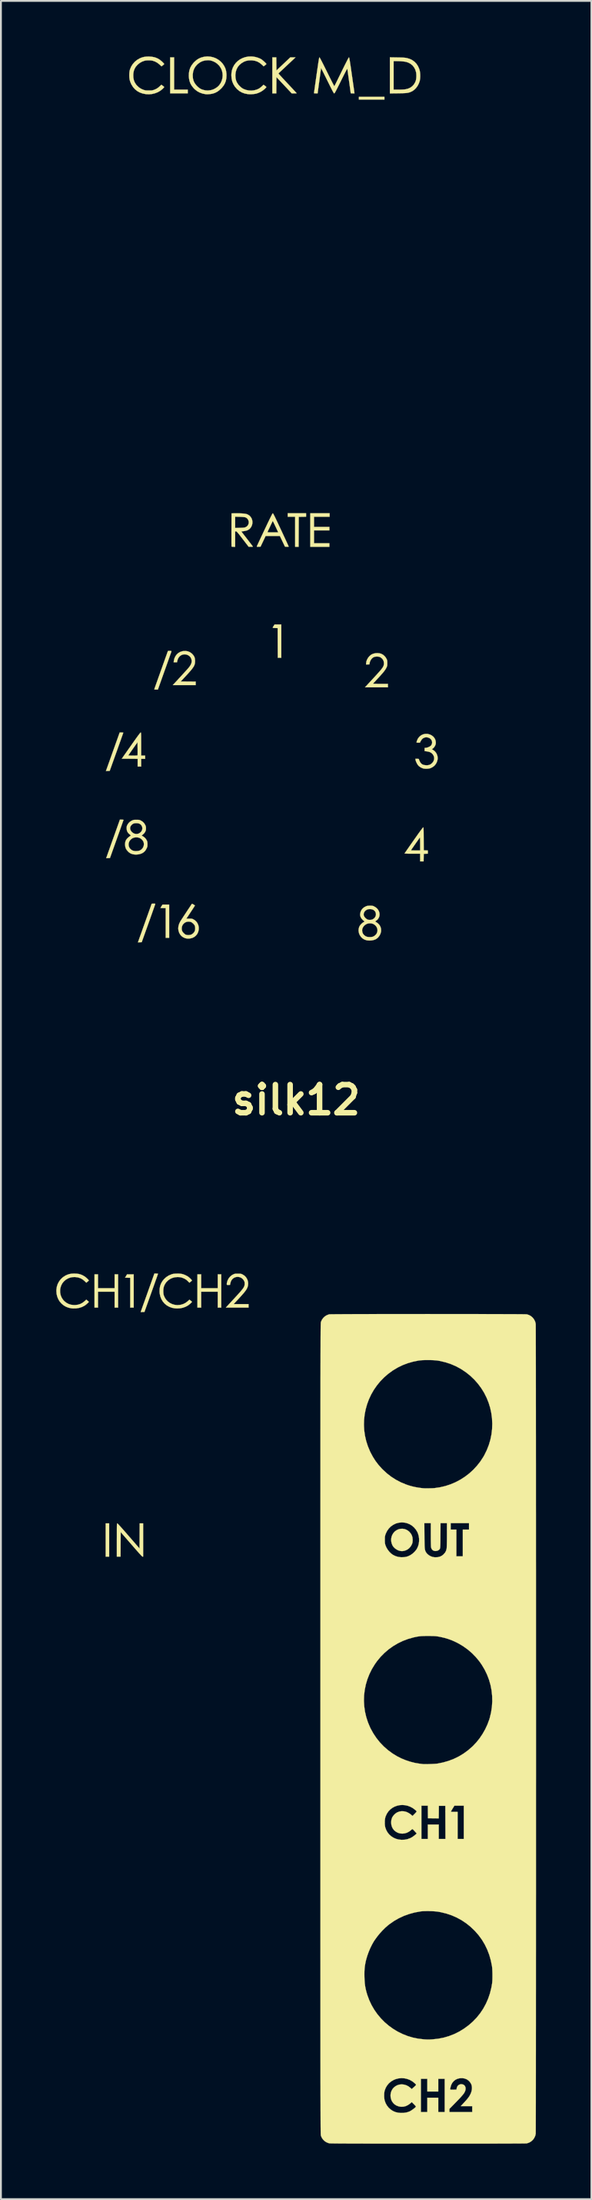
<source format=kicad_pcb>
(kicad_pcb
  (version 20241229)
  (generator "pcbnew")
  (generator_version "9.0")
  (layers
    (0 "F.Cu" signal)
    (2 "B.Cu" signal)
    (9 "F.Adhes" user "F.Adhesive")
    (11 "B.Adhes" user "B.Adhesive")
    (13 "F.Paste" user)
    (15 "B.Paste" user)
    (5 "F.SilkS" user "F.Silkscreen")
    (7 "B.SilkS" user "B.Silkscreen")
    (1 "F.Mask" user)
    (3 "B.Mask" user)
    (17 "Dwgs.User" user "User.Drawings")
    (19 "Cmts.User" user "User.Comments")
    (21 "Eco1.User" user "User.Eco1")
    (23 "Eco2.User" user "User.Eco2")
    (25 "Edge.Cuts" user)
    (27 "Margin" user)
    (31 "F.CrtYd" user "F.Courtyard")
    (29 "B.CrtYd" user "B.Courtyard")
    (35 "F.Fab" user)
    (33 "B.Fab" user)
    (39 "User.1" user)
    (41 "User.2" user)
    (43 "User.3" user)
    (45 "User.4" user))
  (footprint "silk12"
    (layer "F.Cu")
    (at 12.998 56.486)
    (property "Reference" "silk12" (at 0 0 0) (layer "F.SilkS") (effects (font (size 1.524 1.524) (thickness 0.3))))
    (attr through_hole)
    (fp_poly (pts (xy -10.133 24.715) (xy -10.321 24.715) (xy -10.321 22.914) (xy -10.133 22.914) (xy -10.133 24.715)) (stroke (width 0.01) (type solid)) (fill yes) (layer "F.SilkS"))
    (fp_poly (pts (xy 4.784 -54.146) (xy 3.4 -54.146) (xy 3.4 -54.294) (xy 4.784 -54.294) (xy 4.784 -54.146)) (stroke (width 0.01) (type solid)) (fill yes) (layer "F.SilkS"))
    (fp_poly (pts (xy -6.612 -54.684) (xy -5.873 -54.684) (xy -5.873 -54.482) (xy -6.827 -54.482) (xy -6.827 -56.431) (xy -6.612 -56.431) (xy -6.612 -54.684)) (stroke (width 0.01) (type solid)) (fill yes) (layer "F.SilkS"))
    (fp_poly (pts (xy -8.803 11.235) (xy -8.991 11.235) (xy -8.991 9.623) (xy -9.131 9.62) (xy -9.271 9.616) (xy -9.216 9.525) (xy -9.162 9.434) (xy -8.803 9.434) (xy -8.803 11.235)) (stroke (width 0.01) (type solid)) (fill yes) (layer "F.SilkS"))
    (fp_poly (pts (xy 0.538 -31.569) (xy 0.339 -31.566) (xy 0.141 -31.562) (xy 0.138 -30.752) (xy 0.134 -29.942) (xy -0.054 -29.942) (xy -0.054 -31.569) (xy -0.457 -31.569) (xy -0.457 -31.757) (xy 0.538 -31.757) (xy 0.538 -31.569)) (stroke (width 0.01) (type solid)) (fill yes) (layer "F.SilkS"))
    (fp_poly (pts (xy -10.738 10.187) (xy -9.837 10.187) (xy -9.837 9.434) (xy -9.649 9.434) (xy -9.649 11.235) (xy -9.837 11.235) (xy -9.837 10.375) (xy -10.738 10.375) (xy -10.738 11.235) (xy -10.926 11.235) (xy -10.926 9.434) (xy -10.738 9.434) (xy -10.738 10.187)) (stroke (width 0.01) (type solid)) (fill yes) (layer "F.SilkS"))
    (fp_poly (pts (xy -5.147 10.187) (xy -4.247 10.187) (xy -4.247 9.434) (xy -4.059 9.434) (xy -4.059 11.235) (xy -4.247 11.235) (xy -4.247 10.375) (xy -5.147 10.375) (xy -5.147 11.235) (xy -5.349 11.235) (xy -5.349 9.434) (xy -5.147 9.434) (xy -5.147 10.187)) (stroke (width 0.01) (type solid)) (fill yes) (layer "F.SilkS"))
    (fp_poly (pts (xy 1.814 -31.569) (xy 0.968 -31.569) (xy 0.968 -31.018) (xy 1.801 -31.018) (xy 1.801 -30.829) (xy 0.968 -30.829) (xy 0.968 -30.131) (xy 1.801 -30.131) (xy 1.801 -29.942) (xy 0.766 -29.942) (xy 0.766 -31.757) (xy 1.814 -31.757) (xy 1.814 -31.569)) (stroke (width 0.01) (type solid)) (fill yes) (layer "F.SilkS"))
    (fp_poly (pts (xy -6.881 -8.776) (xy -7.069 -8.776) (xy -7.069 -10.388) (xy -7.21 -10.388) (xy -7.268 -10.389) (xy -7.314 -10.391) (xy -7.344 -10.393) (xy -7.351 -10.396) (xy -7.345 -10.409) (xy -7.327 -10.44) (xy -7.302 -10.481) (xy -7.296 -10.49) (xy -7.241 -10.577) (xy -6.881 -10.577) (xy -6.881 -8.776)) (stroke (width 0.01) (type solid)) (fill yes) (layer "F.SilkS"))
    (fp_poly (pts (xy -0.806 -23.935) (xy -0.994 -23.935) (xy -0.998 -24.738) (xy -1.001 -25.541) (xy -1.14 -25.545) (xy -1.206 -25.547) (xy -1.247 -25.551) (xy -1.266 -25.56) (xy -1.266 -25.579) (xy -1.249 -25.611) (xy -1.218 -25.661) (xy -1.217 -25.662) (xy -1.17 -25.736) (xy -0.806 -25.736) (xy -0.806 -23.935)) (stroke (width 0.01) (type solid)) (fill yes) (layer "F.SilkS"))
    (fp_poly (pts (xy -9.418 -19.889) (xy -9.383 -19.885) (xy -9.367 -19.881) (xy -9.367 -19.88) (xy -9.372 -19.866) (xy -9.384 -19.829) (xy -9.405 -19.77) (xy -9.433 -19.691) (xy -9.467 -19.595) (xy -9.506 -19.483) (xy -9.551 -19.358) (xy -9.6 -19.22) (xy -9.653 -19.072) (xy -9.708 -18.916) (xy -9.735 -18.842) (xy -10.103 -17.814) (xy -10.205 -17.81) (xy -10.308 -17.806) (xy -10.263 -17.931) (xy -10.251 -17.964) (xy -10.231 -18.02) (xy -10.203 -18.097) (xy -10.169 -18.193) (xy -10.129 -18.303) (xy -10.085 -18.428) (xy -10.036 -18.564) (xy -9.985 -18.708) (xy -9.931 -18.859) (xy -9.89 -18.973) (xy -9.563 -19.89) (xy -9.465 -19.89) (xy -9.418 -19.889)) (stroke (width 0.01) (type solid)) (fill yes) (layer "F.SilkS"))
    (fp_poly (pts (xy -9.405 -15.172) (xy -9.37 -15.168) (xy -9.354 -15.163) (xy -9.354 -15.163) (xy -9.359 -15.149) (xy -9.371 -15.111) (xy -9.392 -15.053) (xy -9.42 -14.974) (xy -9.454 -14.878) (xy -9.494 -14.766) (xy -9.538 -14.641) (xy -9.587 -14.503) (xy -9.64 -14.355) (xy -9.696 -14.199) (xy -9.722 -14.125) (xy -10.09 -13.096) (xy -10.192 -13.093) (xy -10.294 -13.089) (xy -10.24 -13.24) (xy -10.227 -13.279) (xy -10.205 -13.34) (xy -10.176 -13.422) (xy -10.14 -13.521) (xy -10.099 -13.636) (xy -10.054 -13.763) (xy -10.005 -13.901) (xy -9.953 -14.046) (xy -9.899 -14.197) (xy -9.868 -14.282) (xy -9.551 -15.173) (xy -9.452 -15.173) (xy -9.405 -15.172)) (stroke (width 0.01) (type solid)) (fill yes) (layer "F.SilkS"))
    (fp_poly (pts (xy -7.646 -10.625) (xy -7.634 -10.617) (xy -7.633 -10.614) (xy -7.638 -10.599) (xy -7.651 -10.561) (xy -7.671 -10.501) (xy -7.699 -10.421) (xy -7.733 -10.324) (xy -7.773 -10.212) (xy -7.817 -10.085) (xy -7.867 -9.947) (xy -7.919 -9.798) (xy -7.975 -9.642) (xy -8.001 -9.569) (xy -8.369 -8.541) (xy -8.471 -8.537) (xy -8.574 -8.533) (xy -8.519 -8.684) (xy -8.506 -8.723) (xy -8.484 -8.784) (xy -8.455 -8.866) (xy -8.419 -8.965) (xy -8.378 -9.08) (xy -8.333 -9.207) (xy -8.284 -9.345) (xy -8.232 -9.49) (xy -8.178 -9.641) (xy -8.146 -9.73) (xy -7.827 -10.624) (xy -7.73 -10.628) (xy -7.677 -10.628) (xy -7.646 -10.625)) (stroke (width 0.01) (type solid)) (fill yes) (layer "F.SilkS"))
    (fp_poly (pts (xy -7.536 9.395) (xy -7.501 9.399) (xy -7.486 9.403) (xy -7.486 9.404) (xy -7.49 9.418) (xy -7.503 9.455) (xy -7.523 9.514) (xy -7.551 9.593) (xy -7.585 9.689) (xy -7.625 9.8) (xy -7.669 9.926) (xy -7.718 10.064) (xy -7.771 10.212) (xy -7.827 10.368) (xy -7.853 10.442) (xy -8.221 11.47) (xy -8.324 11.474) (xy -8.426 11.478) (xy -8.381 11.353) (xy -8.369 11.32) (xy -8.349 11.264) (xy -8.322 11.187) (xy -8.288 11.091) (xy -8.248 10.98) (xy -8.203 10.856) (xy -8.155 10.72) (xy -8.103 10.576) (xy -8.05 10.425) (xy -8.009 10.311) (xy -7.682 9.394) (xy -7.584 9.394) (xy -7.536 9.395)) (stroke (width 0.01) (type solid)) (fill yes) (layer "F.SilkS"))
    (fp_poly (pts (xy 5.886 23.224) (xy 5.997 23.269) (xy 6.099 23.338) (xy 6.127 23.363) (xy 6.209 23.457) (xy 6.267 23.558) (xy 6.302 23.669) (xy 6.314 23.793) (xy 6.313 23.849) (xy 6.308 23.916) (xy 6.3 23.967) (xy 6.285 24.014) (xy 6.262 24.068) (xy 6.26 24.073) (xy 6.195 24.18) (xy 6.111 24.27) (xy 6.012 24.34) (xy 5.901 24.388) (xy 5.824 24.406) (xy 5.777 24.413) (xy 5.743 24.416) (xy 5.711 24.415) (xy 5.67 24.41) (xy 5.634 24.404) (xy 5.539 24.377) (xy 5.444 24.33) (xy 5.355 24.267) (xy 5.28 24.194) (xy 5.224 24.115) (xy 5.22 24.107) (xy 5.173 23.988) (xy 5.15 23.869) (xy 5.15 23.751) (xy 5.171 23.637) (xy 5.212 23.53) (xy 5.272 23.434) (xy 5.348 23.35) (xy 5.441 23.283) (xy 5.547 23.234) (xy 5.645 23.21) (xy 5.767 23.204) (xy 5.886 23.224)) (stroke (width 0.01) (type solid)) (fill yes) (layer "F.SilkS"))
    (fp_poly (pts (xy -8.292 24.715) (xy -8.322 24.714) (xy -8.333 24.709) (xy -8.352 24.693) (xy -8.381 24.666) (xy -8.42 24.626) (xy -8.47 24.571) (xy -8.533 24.502) (xy -8.609 24.417) (xy -8.699 24.314) (xy -8.805 24.193) (xy -8.927 24.053) (xy -8.93 24.05) (xy -9.508 23.386) (xy -9.512 24.05) (xy -9.515 24.715) (xy -9.717 24.715) (xy -9.717 23.814) (xy -9.716 23.637) (xy -9.716 23.484) (xy -9.716 23.355) (xy -9.716 23.246) (xy -9.715 23.157) (xy -9.714 23.086) (xy -9.713 23.03) (xy -9.711 22.987) (xy -9.709 22.957) (xy -9.706 22.936) (xy -9.703 22.923) (xy -9.699 22.917) (xy -9.695 22.914) (xy -9.692 22.914) (xy -9.677 22.924) (xy -9.646 22.954) (xy -9.598 23.005) (xy -9.535 23.074) (xy -9.455 23.163) (xy -9.36 23.27) (xy -9.25 23.395) (xy -9.126 23.538) (xy -9.077 23.594) (xy -8.487 24.274) (xy -8.483 23.594) (xy -8.48 22.914) (xy -8.292 22.914) (xy -8.292 24.715)) (stroke (width 0.01) (type solid)) (fill yes) (layer "F.SilkS"))
    (fp_poly (pts (xy -6.879 -24.31) (xy -6.849 -24.309) (xy -6.798 -24.305) (xy -6.769 -24.3) (xy -6.757 -24.292) (xy -6.757 -24.285) (xy -6.762 -24.269) (xy -6.775 -24.23) (xy -6.796 -24.17) (xy -6.825 -24.09) (xy -6.859 -23.993) (xy -6.899 -23.879) (xy -6.944 -23.753) (xy -6.993 -23.614) (xy -7.046 -23.466) (xy -7.102 -23.309) (xy -7.127 -23.24) (xy -7.492 -22.215) (xy -7.591 -22.215) (xy -7.642 -22.216) (xy -7.671 -22.219) (xy -7.684 -22.225) (xy -7.685 -22.236) (xy -7.684 -22.238) (xy -7.679 -22.255) (xy -7.665 -22.294) (xy -7.643 -22.355) (xy -7.615 -22.435) (xy -7.58 -22.532) (xy -7.54 -22.645) (xy -7.495 -22.772) (xy -7.446 -22.91) (xy -7.393 -23.057) (xy -7.338 -23.212) (xy -7.324 -23.25) (xy -7.268 -23.406) (xy -7.215 -23.557) (xy -7.164 -23.698) (xy -7.118 -23.828) (xy -7.076 -23.946) (xy -7.039 -24.049) (xy -7.008 -24.135) (xy -6.984 -24.203) (xy -6.967 -24.249) (xy -6.959 -24.273) (xy -6.958 -24.275) (xy -6.95 -24.294) (xy -6.939 -24.305) (xy -6.917 -24.31) (xy -6.879 -24.31)) (stroke (width 0.01) (type solid)) (fill yes) (layer "F.SilkS"))
    (fp_poly (pts (xy -1.072 -56.077) (xy -1.068 -55.723) (xy -0.692 -56.077) (xy -0.316 -56.431) (xy -0.034 -56.431) (xy -0.081 -56.386) (xy -0.101 -56.367) (xy -0.138 -56.332) (xy -0.19 -56.283) (xy -0.255 -56.222) (xy -0.33 -56.152) (xy -0.413 -56.075) (xy -0.501 -55.992) (xy -0.54 -55.956) (xy -0.628 -55.873) (xy -0.71 -55.797) (xy -0.784 -55.727) (xy -0.848 -55.668) (xy -0.899 -55.619) (xy -0.935 -55.584) (xy -0.955 -55.564) (xy -0.959 -55.561) (xy -0.951 -55.55) (xy -0.926 -55.52) (xy -0.886 -55.475) (xy -0.833 -55.416) (xy -0.768 -55.345) (xy -0.693 -55.264) (xy -0.609 -55.173) (xy -0.518 -55.076) (xy -0.469 -55.024) (xy -0.375 -54.924) (xy -0.287 -54.83) (xy -0.207 -54.744) (xy -0.136 -54.667) (xy -0.075 -54.602) (xy -0.027 -54.55) (xy 0.007 -54.513) (xy 0.024 -54.493) (xy 0.027 -54.489) (xy 0.014 -54.486) (xy -0.019 -54.484) (xy -0.068 -54.483) (xy -0.106 -54.482) (xy -0.239 -54.482) (xy -0.654 -54.923) (xy -1.068 -55.364) (xy -1.072 -54.923) (xy -1.075 -54.482) (xy -1.29 -54.482) (xy -1.29 -56.431) (xy -1.076 -56.431) (xy -1.072 -56.077)) (stroke (width 0.01) (type solid)) (fill yes) (layer "F.SilkS"))
    (fp_poly (pts (xy -8.419 -19.889) (xy -8.414 -19.885) (xy -8.41 -19.876) (xy -8.407 -19.86) (xy -8.404 -19.834) (xy -8.403 -19.795) (xy -8.401 -19.742) (xy -8.4 -19.673) (xy -8.4 -19.584) (xy -8.4 -19.475) (xy -8.399 -19.342) (xy -8.399 -19.265) (xy -8.399 -18.64) (xy -8.184 -18.64) (xy -8.184 -18.465) (xy -8.399 -18.465) (xy -8.399 -18.049) (xy -8.588 -18.049) (xy -8.588 -18.465) (xy -9.018 -18.469) (xy -9.449 -18.472) (xy -9.323 -18.651) (xy -9.096 -18.651) (xy -9.085 -18.648) (xy -9.051 -18.645) (xy -8.998 -18.642) (xy -8.93 -18.641) (xy -8.852 -18.64) (xy -8.85 -18.64) (xy -8.757 -18.641) (xy -8.687 -18.642) (xy -8.639 -18.645) (xy -8.609 -18.649) (xy -8.595 -18.655) (xy -8.594 -18.657) (xy -8.592 -18.675) (xy -8.591 -18.715) (xy -8.59 -18.775) (xy -8.59 -18.851) (xy -8.59 -18.938) (xy -8.591 -19.021) (xy -8.594 -19.367) (xy -8.843 -19.015) (xy -8.904 -18.929) (xy -8.959 -18.85) (xy -9.008 -18.78) (xy -9.047 -18.723) (xy -9.077 -18.681) (xy -9.093 -18.656) (xy -9.096 -18.651) (xy -9.323 -18.651) (xy -8.95 -19.181) (xy -8.842 -19.335) (xy -8.748 -19.468) (xy -8.667 -19.58) (xy -8.6 -19.674) (xy -8.544 -19.749) (xy -8.5 -19.807) (xy -8.467 -19.849) (xy -8.443 -19.876) (xy -8.429 -19.889) (xy -8.425 -19.89) (xy -8.419 -19.889)) (stroke (width 0.01) (type solid)) (fill yes) (layer "F.SilkS"))
    (fp_poly (pts (xy -5.872 -24.285) (xy -5.763 -24.241) (xy -5.664 -24.173) (xy -5.614 -24.125) (xy -5.554 -24.051) (xy -5.513 -23.978) (xy -5.489 -23.898) (xy -5.479 -23.804) (xy -5.478 -23.76) (xy -5.48 -23.701) (xy -5.485 -23.647) (xy -5.495 -23.595) (xy -5.512 -23.542) (xy -5.537 -23.488) (xy -5.571 -23.43) (xy -5.616 -23.365) (xy -5.673 -23.292) (xy -5.744 -23.208) (xy -5.829 -23.112) (xy -5.93 -23.001) (xy -6.049 -22.873) (xy -6.255 -22.652) (xy -5.443 -22.645) (xy -5.443 -22.457) (xy -6.685 -22.457) (xy -6.643 -22.501) (xy -6.592 -22.555) (xy -6.53 -22.622) (xy -6.459 -22.698) (xy -6.383 -22.781) (xy -6.303 -22.868) (xy -6.222 -22.956) (xy -6.143 -23.043) (xy -6.067 -23.126) (xy -5.997 -23.202) (xy -5.936 -23.269) (xy -5.887 -23.324) (xy -5.85 -23.365) (xy -5.831 -23.388) (xy -5.756 -23.486) (xy -5.704 -23.575) (xy -5.672 -23.659) (xy -5.66 -23.742) (xy -5.662 -23.797) (xy -5.684 -23.887) (xy -5.726 -23.964) (xy -5.784 -24.027) (xy -5.856 -24.075) (xy -5.937 -24.107) (xy -6.024 -24.121) (xy -6.112 -24.116) (xy -6.198 -24.09) (xy -6.278 -24.043) (xy -6.304 -24.02) (xy -6.367 -23.949) (xy -6.41 -23.869) (xy -6.439 -23.773) (xy -6.439 -23.77) (xy -6.455 -23.693) (xy -6.638 -23.693) (xy -6.63 -23.757) (xy -6.601 -23.888) (xy -6.551 -24.004) (xy -6.482 -24.103) (xy -6.396 -24.185) (xy -6.293 -24.247) (xy -6.176 -24.287) (xy -6.12 -24.297) (xy -5.992 -24.303) (xy -5.872 -24.285)) (stroke (width 0.01) (type solid)) (fill yes) (layer "F.SilkS"))
    (fp_poly (pts (xy 5.48 -56.427) (xy 5.602 -56.425) (xy 5.702 -56.422) (xy 5.782 -56.419) (xy 5.847 -56.415) (xy 5.9 -56.41) (xy 5.946 -56.404) (xy 5.989 -56.396) (xy 6.004 -56.393) (xy 6.158 -56.347) (xy 6.295 -56.28) (xy 6.416 -56.192) (xy 6.518 -56.085) (xy 6.602 -55.958) (xy 6.666 -55.814) (xy 6.694 -55.725) (xy 6.712 -55.631) (xy 6.722 -55.521) (xy 6.724 -55.405) (xy 6.718 -55.291) (xy 6.704 -55.19) (xy 6.695 -55.15) (xy 6.647 -55.013) (xy 6.581 -54.887) (xy 6.499 -54.774) (xy 6.404 -54.679) (xy 6.3 -54.606) (xy 6.262 -54.586) (xy 6.209 -54.562) (xy 6.16 -54.542) (xy 6.111 -54.527) (xy 6.059 -54.514) (xy 6 -54.505) (xy 5.93 -54.498) (xy 5.846 -54.493) (xy 5.745 -54.489) (xy 5.624 -54.487) (xy 5.52 -54.485) (xy 5.08 -54.48) (xy 5.08 -54.684) (xy 5.282 -54.684) (xy 5.54 -54.684) (xy 5.644 -54.685) (xy 5.743 -54.688) (xy 5.831 -54.693) (xy 5.901 -54.7) (xy 5.923 -54.703) (xy 6.06 -54.736) (xy 6.182 -54.79) (xy 6.288 -54.865) (xy 6.376 -54.96) (xy 6.445 -55.074) (xy 6.486 -55.177) (xy 6.501 -55.245) (xy 6.511 -55.33) (xy 6.515 -55.424) (xy 6.512 -55.516) (xy 6.504 -55.599) (xy 6.499 -55.625) (xy 6.458 -55.762) (xy 6.395 -55.883) (xy 6.313 -55.988) (xy 6.212 -56.074) (xy 6.095 -56.14) (xy 5.974 -56.182) (xy 5.897 -56.198) (xy 5.8 -56.211) (xy 5.688 -56.221) (xy 5.568 -56.227) (xy 5.447 -56.229) (xy 5.446 -56.229) (xy 5.282 -56.229) (xy 5.282 -54.684) (xy 5.08 -54.684) (xy 5.08 -56.434) (xy 5.48 -56.427)) (stroke (width 0.01) (type solid)) (fill yes) (layer "F.SilkS"))
    (fp_poly (pts (xy 6.89 -14.754) (xy 6.894 -14.749) (xy 6.898 -14.737) (xy 6.901 -14.716) (xy 6.903 -14.683) (xy 6.905 -14.638) (xy 6.907 -14.577) (xy 6.908 -14.498) (xy 6.909 -14.399) (xy 6.91 -14.277) (xy 6.911 -14.135) (xy 6.914 -13.513) (xy 7.136 -13.505) (xy 7.136 -13.333) (xy 7.025 -13.329) (xy 6.914 -13.325) (xy 6.911 -13.12) (xy 6.907 -12.915) (xy 6.72 -12.915) (xy 6.72 -13.332) (xy 6.295 -13.332) (xy 6.173 -13.332) (xy 6.069 -13.333) (xy 5.986 -13.335) (xy 5.925 -13.338) (xy 5.887 -13.341) (xy 5.875 -13.344) (xy 5.875 -13.344) (xy 5.883 -13.357) (xy 5.906 -13.39) (xy 5.941 -13.442) (xy 5.988 -13.509) (xy 5.998 -13.523) (xy 6.226 -13.523) (xy 6.229 -13.517) (xy 6.247 -13.512) (xy 6.281 -13.509) (xy 6.334 -13.507) (xy 6.411 -13.506) (xy 6.47 -13.506) (xy 6.72 -13.506) (xy 6.72 -13.865) (xy 6.719 -13.968) (xy 6.718 -14.056) (xy 6.716 -14.127) (xy 6.713 -14.178) (xy 6.71 -14.206) (xy 6.708 -14.211) (xy 6.696 -14.196) (xy 6.671 -14.162) (xy 6.636 -14.113) (xy 6.593 -14.052) (xy 6.544 -13.983) (xy 6.491 -13.908) (xy 6.438 -13.832) (xy 6.386 -13.758) (xy 6.338 -13.688) (xy 6.295 -13.626) (xy 6.261 -13.576) (xy 6.237 -13.541) (xy 6.226 -13.524) (xy 6.226 -13.523) (xy 5.998 -13.523) (xy 6.045 -13.591) (xy 6.111 -13.686) (xy 6.184 -13.791) (xy 6.264 -13.905) (xy 6.349 -14.026) (xy 6.37 -14.056) (xy 6.484 -14.217) (xy 6.583 -14.358) (xy 6.669 -14.478) (xy 6.741 -14.576) (xy 6.799 -14.654) (xy 6.842 -14.71) (xy 6.87 -14.744) (xy 6.884 -14.756) (xy 6.884 -14.756) (xy 6.89 -14.754)) (stroke (width 0.01) (type solid)) (fill yes) (layer "F.SilkS"))
    (fp_poly (pts (xy -3.087 9.401) (xy -3.036 9.403) (xy -2.998 9.407) (xy -2.967 9.415) (xy -2.935 9.428) (xy -2.9 9.445) (xy -2.802 9.507) (xy -2.721 9.588) (xy -2.66 9.684) (xy -2.619 9.791) (xy -2.601 9.906) (xy -2.608 10.022) (xy -2.619 10.077) (xy -2.635 10.13) (xy -2.658 10.185) (xy -2.689 10.243) (xy -2.73 10.306) (xy -2.783 10.376) (xy -2.849 10.457) (xy -2.929 10.549) (xy -3.025 10.656) (xy -3.139 10.779) (xy -3.141 10.782) (xy -3.389 11.047) (xy -2.58 11.047) (xy -2.58 11.235) (xy -3.808 11.235) (xy -3.781 11.205) (xy -3.766 11.188) (xy -3.735 11.154) (xy -3.69 11.106) (xy -3.634 11.044) (xy -3.568 10.973) (xy -3.495 10.894) (xy -3.419 10.812) (xy -3.296 10.679) (xy -3.19 10.563) (xy -3.1 10.464) (xy -3.025 10.379) (xy -2.963 10.306) (xy -2.913 10.244) (xy -2.873 10.19) (xy -2.843 10.144) (xy -2.822 10.103) (xy -2.807 10.066) (xy -2.797 10.03) (xy -2.792 9.994) (xy -2.79 9.957) (xy -2.79 9.941) (xy -2.791 9.884) (xy -2.798 9.842) (xy -2.813 9.804) (xy -2.831 9.77) (xy -2.889 9.691) (xy -2.961 9.632) (xy -3.043 9.593) (xy -3.13 9.574) (xy -3.22 9.575) (xy -3.307 9.595) (xy -3.388 9.636) (xy -3.459 9.695) (xy -3.516 9.775) (xy -3.521 9.784) (xy -3.539 9.828) (xy -3.557 9.884) (xy -3.566 9.922) (xy -3.583 10.005) (xy -3.666 10.009) (xy -3.716 10.01) (xy -3.746 10.003) (xy -3.759 9.984) (xy -3.76 9.948) (xy -3.751 9.89) (xy -3.751 9.887) (xy -3.715 9.767) (xy -3.658 9.657) (xy -3.581 9.562) (xy -3.488 9.484) (xy -3.417 9.444) (xy -3.378 9.426) (xy -3.345 9.414) (xy -3.312 9.406) (xy -3.272 9.402) (xy -3.217 9.401) (xy -3.158 9.401) (xy -3.087 9.401)) (stroke (width 0.01) (type solid)) (fill yes) (layer "F.SilkS"))
    (fp_poly (pts (xy -11.886 9.4) (xy -11.767 9.417) (xy -11.659 9.449) (xy -11.554 9.496) (xy -11.464 9.549) (xy -11.421 9.579) (xy -11.374 9.618) (xy -11.327 9.66) (xy -11.286 9.701) (xy -11.254 9.736) (xy -11.237 9.761) (xy -11.235 9.768) (xy -11.245 9.782) (xy -11.271 9.806) (xy -11.305 9.834) (xy -11.374 9.888) (xy -11.457 9.805) (xy -11.567 9.714) (xy -11.689 9.646) (xy -11.822 9.603) (xy -11.968 9.583) (xy -12.011 9.582) (xy -12.12 9.587) (xy -12.216 9.604) (xy -12.309 9.635) (xy -12.357 9.655) (xy -12.481 9.726) (xy -12.586 9.816) (xy -12.671 9.923) (xy -12.734 10.043) (xy -12.775 10.177) (xy -12.79 10.278) (xy -12.788 10.423) (xy -12.761 10.56) (xy -12.71 10.689) (xy -12.635 10.806) (xy -12.57 10.879) (xy -12.46 10.969) (xy -12.338 11.036) (xy -12.204 11.079) (xy -12.058 11.097) (xy -11.961 11.097) (xy -11.82 11.078) (xy -11.692 11.038) (xy -11.573 10.974) (xy -11.459 10.885) (xy -11.452 10.879) (xy -11.373 10.805) (xy -11.304 10.86) (xy -11.269 10.889) (xy -11.244 10.913) (xy -11.235 10.924) (xy -11.245 10.941) (xy -11.271 10.969) (xy -11.308 11.005) (xy -11.352 11.044) (xy -11.398 11.082) (xy -11.439 11.114) (xy -11.464 11.131) (xy -11.603 11.202) (xy -11.756 11.251) (xy -11.917 11.278) (xy -12.084 11.282) (xy -12.172 11.275) (xy -12.328 11.243) (xy -12.472 11.189) (xy -12.601 11.113) (xy -12.714 11.019) (xy -12.811 10.909) (xy -12.888 10.783) (xy -12.946 10.643) (xy -12.981 10.493) (xy -12.993 10.333) (xy -12.991 10.26) (xy -12.968 10.105) (xy -12.921 9.959) (xy -12.85 9.825) (xy -12.759 9.704) (xy -12.648 9.599) (xy -12.518 9.513) (xy -12.498 9.502) (xy -12.391 9.453) (xy -12.286 9.42) (xy -12.174 9.401) (xy -12.047 9.394) (xy -12.023 9.394) (xy -11.886 9.4)) (stroke (width 0.01) (type solid)) (fill yes) (layer "F.SilkS"))
    (fp_poly (pts (xy -6.258 9.403) (xy -6.168 9.419) (xy -6.082 9.446) (xy -5.992 9.485) (xy -5.969 9.496) (xy -5.889 9.539) (xy -5.824 9.584) (xy -5.759 9.64) (xy -5.743 9.656) (xy -5.702 9.697) (xy -5.669 9.733) (xy -5.649 9.758) (xy -5.644 9.767) (xy -5.654 9.781) (xy -5.681 9.806) (xy -5.715 9.834) (xy -5.786 9.888) (xy -5.872 9.801) (xy -5.946 9.735) (xy -6.025 9.684) (xy -6.067 9.663) (xy -6.159 9.624) (xy -6.243 9.599) (xy -6.332 9.586) (xy -6.433 9.582) (xy -6.576 9.595) (xy -6.71 9.631) (xy -6.834 9.689) (xy -6.945 9.767) (xy -7.039 9.863) (xy -7.115 9.976) (xy -7.165 10.089) (xy -7.184 10.164) (xy -7.195 10.254) (xy -7.199 10.351) (xy -7.195 10.446) (xy -7.184 10.531) (xy -7.171 10.577) (xy -7.114 10.705) (xy -7.037 10.818) (xy -6.942 10.914) (xy -6.833 10.991) (xy -6.711 11.049) (xy -6.58 11.086) (xy -6.442 11.101) (xy -6.3 11.091) (xy -6.217 11.074) (xy -6.094 11.033) (xy -5.984 10.974) (xy -5.879 10.894) (xy -5.871 10.886) (xy -5.784 10.807) (xy -5.714 10.861) (xy -5.678 10.889) (xy -5.653 10.913) (xy -5.644 10.925) (xy -5.654 10.939) (xy -5.678 10.966) (xy -5.714 11.001) (xy -5.736 11.022) (xy -5.853 11.115) (xy -5.987 11.189) (xy -6.134 11.242) (xy -6.29 11.274) (xy -6.452 11.283) (xy -6.579 11.275) (xy -6.738 11.243) (xy -6.883 11.188) (xy -7.014 11.113) (xy -7.129 11.018) (xy -7.225 10.906) (xy -7.302 10.777) (xy -7.359 10.635) (xy -7.393 10.48) (xy -7.401 10.388) (xy -7.398 10.223) (xy -7.372 10.071) (xy -7.321 9.931) (xy -7.247 9.802) (xy -7.163 9.699) (xy -7.042 9.588) (xy -6.908 9.501) (xy -6.767 9.44) (xy -6.716 9.423) (xy -6.669 9.412) (xy -6.617 9.405) (xy -6.554 9.4) (xy -6.478 9.397) (xy -6.359 9.396) (xy -6.258 9.403)) (stroke (width 0.01) (type solid)) (fill yes) (layer "F.SilkS"))
    (fp_poly (pts (xy -1.26 -31.752) (xy -1.251 -31.742) (xy -1.238 -31.723) (xy -1.222 -31.694) (xy -1.2 -31.653) (xy -1.172 -31.599) (xy -1.138 -31.53) (xy -1.097 -31.444) (xy -1.047 -31.34) (xy -0.989 -31.217) (xy -0.922 -31.073) (xy -0.844 -30.906) (xy -0.822 -30.86) (xy -0.754 -30.715) (xy -0.69 -30.576) (xy -0.629 -30.446) (xy -0.574 -30.327) (xy -0.525 -30.221) (xy -0.483 -30.13) (xy -0.449 -30.056) (xy -0.424 -30) (xy -0.408 -29.965) (xy -0.403 -29.952) (xy -0.415 -29.947) (xy -0.448 -29.945) (xy -0.494 -29.945) (xy -0.504 -29.945) (xy -0.605 -29.949) (xy -0.882 -30.527) (xy -1.654 -30.527) (xy -1.929 -29.949) (xy -2.034 -29.945) (xy -2.087 -29.944) (xy -2.117 -29.945) (xy -2.131 -29.95) (xy -2.133 -29.96) (xy -2.131 -29.965) (xy -2.124 -29.981) (xy -2.107 -30.019) (xy -2.08 -30.078) (xy -2.044 -30.155) (xy -2 -30.248) (xy -1.95 -30.356) (xy -1.894 -30.476) (xy -1.832 -30.606) (xy -1.77 -30.739) (xy -1.555 -30.739) (xy -1.552 -30.733) (xy -1.535 -30.729) (xy -1.502 -30.726) (xy -1.451 -30.723) (xy -1.378 -30.722) (xy -1.281 -30.722) (xy -1.266 -30.722) (xy -0.969 -30.722) (xy -1.028 -30.846) (xy -1.093 -30.986) (xy -1.149 -31.103) (xy -1.194 -31.197) (xy -1.228 -31.267) (xy -1.252 -31.314) (xy -1.266 -31.337) (xy -1.268 -31.339) (xy -1.275 -31.326) (xy -1.291 -31.293) (xy -1.315 -31.244) (xy -1.345 -31.182) (xy -1.378 -31.113) (xy -1.413 -31.039) (xy -1.448 -30.965) (xy -1.481 -30.895) (xy -1.511 -30.834) (xy -1.534 -30.784) (xy -1.55 -30.75) (xy -1.555 -30.739) (xy -1.77 -30.739) (xy -1.767 -30.745) (xy -1.708 -30.87) (xy -1.623 -31.048) (xy -1.55 -31.203) (xy -1.486 -31.335) (xy -1.432 -31.448) (xy -1.386 -31.54) (xy -1.349 -31.614) (xy -1.319 -31.671) (xy -1.297 -31.713) (xy -1.28 -31.739) (xy -1.27 -31.752) (xy -1.266 -31.754) (xy -1.26 -31.752)) (stroke (width 0.01) (type solid)) (fill yes) (layer "F.SilkS"))
    (fp_poly (pts (xy 4.523 -24.176) (xy 4.613 -24.15) (xy 4.696 -24.107) (xy 4.775 -24.043) (xy 4.844 -23.966) (xy 4.895 -23.884) (xy 4.914 -23.843) (xy 4.927 -23.809) (xy 4.934 -23.774) (xy 4.938 -23.731) (xy 4.939 -23.671) (xy 4.939 -23.646) (xy 4.938 -23.58) (xy 4.936 -23.532) (xy 4.93 -23.495) (xy 4.919 -23.46) (xy 4.901 -23.419) (xy 4.891 -23.398) (xy 4.864 -23.347) (xy 4.831 -23.293) (xy 4.789 -23.234) (xy 4.737 -23.167) (xy 4.672 -23.089) (xy 4.593 -23) (xy 4.498 -22.895) (xy 4.411 -22.802) (xy 4.346 -22.732) (xy 4.288 -22.668) (xy 4.238 -22.614) (xy 4.2 -22.571) (xy 4.175 -22.543) (xy 4.166 -22.532) (xy 4.179 -22.53) (xy 4.216 -22.528) (xy 4.272 -22.526) (xy 4.346 -22.525) (xy 4.434 -22.524) (xy 4.532 -22.524) (xy 4.569 -22.524) (xy 4.972 -22.524) (xy 4.972 -22.336) (xy 3.731 -22.336) (xy 3.759 -22.366) (xy 3.774 -22.382) (xy 3.805 -22.416) (xy 3.85 -22.465) (xy 3.907 -22.527) (xy 3.974 -22.599) (xy 4.049 -22.68) (xy 4.129 -22.767) (xy 4.16 -22.8) (xy 4.28 -22.93) (xy 4.383 -23.043) (xy 4.47 -23.14) (xy 4.543 -23.223) (xy 4.602 -23.294) (xy 4.65 -23.354) (xy 4.686 -23.407) (xy 4.714 -23.453) (xy 4.733 -23.494) (xy 4.746 -23.533) (xy 4.753 -23.571) (xy 4.757 -23.609) (xy 4.757 -23.643) (xy 4.745 -23.74) (xy 4.708 -23.827) (xy 4.649 -23.901) (xy 4.569 -23.96) (xy 4.531 -23.979) (xy 4.474 -23.994) (xy 4.402 -24.001) (xy 4.326 -23.999) (xy 4.255 -23.988) (xy 4.204 -23.971) (xy 4.13 -23.92) (xy 4.066 -23.849) (xy 4.016 -23.764) (xy 3.985 -23.67) (xy 3.98 -23.642) (xy 3.971 -23.579) (xy 3.88 -23.575) (xy 3.79 -23.571) (xy 3.79 -23.622) (xy 3.803 -23.724) (xy 3.838 -23.827) (xy 3.893 -23.926) (xy 3.963 -24.015) (xy 4.047 -24.088) (xy 4.086 -24.114) (xy 4.183 -24.156) (xy 4.293 -24.181) (xy 4.409 -24.188) (xy 4.523 -24.176)) (stroke (width 0.01) (type solid)) (fill yes) (layer "F.SilkS"))
    (fp_poly (pts (xy -2.325 -56.472) (xy -2.2 -56.45) (xy -2.076 -56.414) (xy -1.961 -56.368) (xy -1.898 -56.335) (xy -1.861 -56.31) (xy -1.816 -56.275) (xy -1.767 -56.233) (xy -1.718 -56.189) (xy -1.673 -56.146) (xy -1.638 -56.11) (xy -1.617 -56.083) (xy -1.613 -56.073) (xy -1.623 -56.058) (xy -1.649 -56.033) (xy -1.686 -56.003) (xy -1.687 -56.002) (xy -1.762 -55.945) (xy -1.861 -56.039) (xy -1.975 -56.132) (xy -2.098 -56.201) (xy -2.23 -56.246) (xy -2.376 -56.268) (xy -2.454 -56.271) (xy -2.583 -56.265) (xy -2.698 -56.243) (xy -2.807 -56.204) (xy -2.842 -56.187) (xy -2.971 -56.109) (xy -3.08 -56.014) (xy -3.167 -55.904) (xy -3.231 -55.78) (xy -3.273 -55.641) (xy -3.292 -55.491) (xy -3.293 -55.45) (xy -3.284 -55.309) (xy -3.256 -55.184) (xy -3.208 -55.071) (xy -3.137 -54.964) (xy -3.059 -54.877) (xy -2.995 -54.817) (xy -2.939 -54.773) (xy -2.883 -54.738) (xy -2.849 -54.72) (xy -2.712 -54.669) (xy -2.568 -54.64) (xy -2.421 -54.633) (xy -2.276 -54.649) (xy -2.137 -54.686) (xy -2.017 -54.741) (xy -1.973 -54.77) (xy -1.919 -54.811) (xy -1.867 -54.856) (xy -1.856 -54.866) (xy -1.767 -54.95) (xy -1.69 -54.894) (xy -1.652 -54.865) (xy -1.625 -54.839) (xy -1.613 -54.823) (xy -1.613 -54.823) (xy -1.622 -54.808) (xy -1.647 -54.779) (xy -1.684 -54.742) (xy -1.716 -54.711) (xy -1.813 -54.633) (xy -1.927 -54.563) (xy -2.048 -54.507) (xy -2.166 -54.468) (xy -2.184 -54.464) (xy -2.291 -54.447) (xy -2.409 -54.437) (xy -2.526 -54.436) (xy -2.621 -54.443) (xy -2.783 -54.474) (xy -2.931 -54.527) (xy -3.067 -54.603) (xy -3.191 -54.703) (xy -3.213 -54.724) (xy -3.321 -54.849) (xy -3.404 -54.985) (xy -3.464 -55.133) (xy -3.499 -55.293) (xy -3.511 -55.465) (xy -3.505 -55.58) (xy -3.479 -55.735) (xy -3.429 -55.88) (xy -3.358 -56.013) (xy -3.268 -56.132) (xy -3.16 -56.237) (xy -3.037 -56.324) (xy -2.9 -56.394) (xy -2.753 -56.444) (xy -2.596 -56.474) (xy -2.431 -56.48) (xy -2.325 -56.472)) (stroke (width 0.01) (type solid)) (fill yes) (layer "F.SilkS"))
    (fp_poly (pts (xy -4.651 -56.47) (xy -4.495 -56.436) (xy -4.347 -56.38) (xy -4.21 -56.301) (xy -4.086 -56.203) (xy -3.99 -56.099) (xy -3.903 -55.973) (xy -3.839 -55.843) (xy -3.798 -55.705) (xy -3.777 -55.553) (xy -3.774 -55.457) (xy -3.783 -55.298) (xy -3.811 -55.156) (xy -3.859 -55.027) (xy -3.929 -54.905) (xy -4.023 -54.787) (xy -4.071 -54.737) (xy -4.181 -54.638) (xy -4.291 -54.562) (xy -4.406 -54.506) (xy -4.518 -54.47) (xy -4.589 -54.456) (xy -4.671 -54.444) (xy -4.756 -54.437) (xy -4.833 -54.434) (xy -4.892 -54.437) (xy -5.063 -54.469) (xy -5.218 -54.523) (xy -5.36 -54.599) (xy -5.488 -54.698) (xy -5.559 -54.769) (xy -5.655 -54.889) (xy -5.727 -55.013) (xy -5.777 -55.147) (xy -5.806 -55.293) (xy -5.815 -55.403) (xy -5.814 -55.45) (xy -5.604 -55.45) (xy -5.595 -55.308) (xy -5.566 -55.181) (xy -5.515 -55.066) (xy -5.442 -54.958) (xy -5.376 -54.884) (xy -5.299 -54.812) (xy -5.227 -54.757) (xy -5.153 -54.715) (xy -5.073 -54.683) (xy -4.931 -54.647) (xy -4.786 -54.637) (xy -4.637 -54.654) (xy -4.54 -54.679) (xy -4.44 -54.72) (xy -4.341 -54.777) (xy -4.25 -54.844) (xy -4.177 -54.917) (xy -4.172 -54.923) (xy -4.09 -55.042) (xy -4.032 -55.171) (xy -3.996 -55.306) (xy -3.982 -55.444) (xy -3.991 -55.581) (xy -4.022 -55.715) (xy -4.076 -55.841) (xy -4.151 -55.957) (xy -4.192 -56.004) (xy -4.288 -56.095) (xy -4.388 -56.165) (xy -4.5 -56.219) (xy -4.542 -56.234) (xy -4.604 -56.254) (xy -4.657 -56.267) (xy -4.713 -56.273) (xy -4.782 -56.275) (xy -4.791 -56.275) (xy -4.938 -56.263) (xy -5.074 -56.228) (xy -5.2 -56.168) (xy -5.317 -56.083) (xy -5.37 -56.034) (xy -5.464 -55.924) (xy -5.533 -55.803) (xy -5.579 -55.671) (xy -5.601 -55.525) (xy -5.604 -55.45) (xy -5.814 -55.45) (xy -5.812 -55.572) (xy -5.786 -55.727) (xy -5.737 -55.87) (xy -5.664 -56.003) (xy -5.567 -56.13) (xy -5.517 -56.182) (xy -5.404 -56.283) (xy -5.289 -56.359) (xy -5.164 -56.416) (xy -5.025 -56.455) (xy -4.971 -56.466) (xy -4.811 -56.481) (xy -4.651 -56.47)) (stroke (width 0.01) (type solid)) (fill yes) (layer "F.SilkS"))
    (fp_poly (pts (xy -5.632 -10.617) (xy -5.603 -10.604) (xy -5.565 -10.582) (xy -5.526 -10.558) (xy -5.492 -10.534) (xy -5.485 -10.528) (xy -5.491 -10.516) (xy -5.51 -10.485) (xy -5.54 -10.437) (xy -5.581 -10.374) (xy -5.629 -10.3) (xy -5.684 -10.217) (xy -5.714 -10.171) (xy -5.948 -9.817) (xy -5.8 -9.817) (xy -5.731 -9.817) (xy -5.682 -9.814) (xy -5.644 -9.808) (xy -5.61 -9.797) (xy -5.575 -9.781) (xy -5.479 -9.722) (xy -5.399 -9.644) (xy -5.338 -9.55) (xy -5.296 -9.445) (xy -5.276 -9.332) (xy -5.28 -9.214) (xy -5.281 -9.209) (xy -5.311 -9.089) (xy -5.362 -8.984) (xy -5.434 -8.895) (xy -5.522 -8.824) (xy -5.626 -8.773) (xy -5.743 -8.743) (xy -5.844 -8.736) (xy -5.919 -8.74) (xy -5.986 -8.752) (xy -6.014 -8.76) (xy -6.124 -8.808) (xy -6.213 -8.873) (xy -6.285 -8.955) (xy -6.337 -9.048) (xy -6.376 -9.166) (xy -6.39 -9.288) (xy -6.386 -9.319) (xy -6.201 -9.319) (xy -6.199 -9.227) (xy -6.178 -9.149) (xy -6.149 -9.099) (xy -6.106 -9.045) (xy -6.054 -8.995) (xy -6.001 -8.957) (xy -5.965 -8.941) (xy -5.89 -8.926) (xy -5.806 -8.926) (xy -5.726 -8.938) (xy -5.678 -8.955) (xy -5.616 -8.993) (xy -5.559 -9.046) (xy -5.513 -9.105) (xy -5.486 -9.163) (xy -5.473 -9.229) (xy -5.47 -9.303) (xy -5.477 -9.375) (xy -5.492 -9.434) (xy -5.495 -9.441) (xy -5.526 -9.491) (xy -5.573 -9.543) (xy -5.628 -9.591) (xy -5.681 -9.626) (xy -5.706 -9.637) (xy -5.75 -9.647) (xy -5.805 -9.654) (xy -5.839 -9.655) (xy -5.933 -9.643) (xy -6.016 -9.608) (xy -6.087 -9.555) (xy -6.143 -9.487) (xy -6.182 -9.407) (xy -6.201 -9.319) (xy -6.386 -9.319) (xy -6.377 -9.414) (xy -6.338 -9.542) (xy -6.28 -9.661) (xy -6.266 -9.683) (xy -6.24 -9.724) (xy -6.203 -9.78) (xy -6.158 -9.849) (xy -6.107 -9.928) (xy -6.05 -10.014) (xy -5.991 -10.103) (xy -5.931 -10.194) (xy -5.872 -10.284) (xy -5.816 -10.368) (xy -5.764 -10.445) (xy -5.72 -10.512) (xy -5.684 -10.565) (xy -5.659 -10.602) (xy -5.646 -10.619) (xy -5.646 -10.62) (xy -5.632 -10.617)) (stroke (width 0.01) (type solid)) (fill yes) (layer "F.SilkS"))
    (fp_poly (pts (xy -2.991 -31.75) (xy -2.87 -31.742) (xy -2.77 -31.73) (xy -2.691 -31.714) (xy -2.66 -31.704) (xy -2.606 -31.678) (xy -2.551 -31.645) (xy -2.528 -31.627) (xy -2.457 -31.55) (xy -2.407 -31.463) (xy -2.378 -31.368) (xy -2.368 -31.269) (xy -2.378 -31.171) (xy -2.406 -31.077) (xy -2.452 -30.991) (xy -2.515 -30.917) (xy -2.596 -30.858) (xy -2.654 -30.831) (xy -2.703 -30.816) (xy -2.766 -30.802) (xy -2.832 -30.79) (xy -2.849 -30.788) (xy -2.971 -30.772) (xy -2.934 -30.723) (xy -2.917 -30.701) (xy -2.886 -30.66) (xy -2.843 -30.604) (xy -2.79 -30.536) (xy -2.73 -30.458) (xy -2.665 -30.374) (xy -2.627 -30.325) (xy -2.562 -30.241) (xy -2.501 -30.162) (xy -2.448 -30.093) (xy -2.404 -30.036) (xy -2.371 -29.992) (xy -2.352 -29.966) (xy -2.347 -29.959) (xy -2.348 -29.951) (xy -2.366 -29.946) (xy -2.404 -29.943) (xy -2.455 -29.943) (xy -2.574 -29.944) (xy -2.895 -30.36) (xy -2.976 -30.465) (xy -3.042 -30.551) (xy -3.096 -30.619) (xy -3.139 -30.672) (xy -3.172 -30.711) (xy -3.197 -30.739) (xy -3.216 -30.758) (xy -3.231 -30.769) (xy -3.244 -30.774) (xy -3.256 -30.776) (xy -3.261 -30.776) (xy -3.306 -30.776) (xy -3.306 -29.942) (xy -3.401 -29.942) (xy -3.46 -29.945) (xy -3.494 -29.952) (xy -3.501 -29.959) (xy -3.502 -29.975) (xy -3.503 -30.016) (xy -3.504 -30.079) (xy -3.505 -30.162) (xy -3.505 -30.263) (xy -3.505 -30.379) (xy -3.505 -30.509) (xy -3.505 -30.649) (xy -3.505 -30.798) (xy -3.504 -30.863) (xy -3.504 -30.961) (xy -3.306 -30.961) (xy -3.061 -30.967) (xy -2.962 -30.97) (xy -2.886 -30.974) (xy -2.829 -30.98) (xy -2.786 -30.987) (xy -2.755 -30.996) (xy -2.681 -31.037) (xy -2.624 -31.094) (xy -2.586 -31.162) (xy -2.568 -31.238) (xy -2.571 -31.315) (xy -2.594 -31.39) (xy -2.64 -31.459) (xy -2.665 -31.484) (xy -2.695 -31.507) (xy -2.726 -31.525) (xy -2.763 -31.539) (xy -2.81 -31.548) (xy -2.872 -31.555) (xy -2.952 -31.561) (xy -3.054 -31.564) (xy -3.061 -31.565) (xy -3.306 -31.572) (xy -3.306 -30.961) (xy -3.504 -30.961) (xy -3.501 -31.75) (xy -3.279 -31.754) (xy -3.128 -31.754) (xy -2.991 -31.75)) (stroke (width 0.01) (type solid)) (fill yes) (layer "F.SilkS"))
    (fp_poly (pts (xy -7.813 -56.464) (xy -7.66 -56.433) (xy -7.521 -56.38) (xy -7.393 -56.306) (xy -7.274 -56.208) (xy -7.261 -56.196) (xy -7.217 -56.152) (xy -7.181 -56.114) (xy -7.157 -56.086) (xy -7.15 -56.073) (xy -7.16 -56.058) (xy -7.186 -56.032) (xy -7.222 -56.002) (xy -7.224 -56.001) (xy -7.298 -55.944) (xy -7.397 -56.038) (xy -7.515 -56.133) (xy -7.646 -56.205) (xy -7.775 -56.25) (xy -7.851 -56.263) (xy -7.943 -56.27) (xy -8.04 -56.27) (xy -8.132 -56.263) (xy -8.21 -56.25) (xy -8.212 -56.249) (xy -8.348 -56.201) (xy -8.475 -56.129) (xy -8.588 -56.038) (xy -8.683 -55.93) (xy -8.708 -55.893) (xy -8.76 -55.797) (xy -8.797 -55.697) (xy -8.818 -55.584) (xy -8.826 -55.49) (xy -8.822 -55.341) (xy -8.797 -55.206) (xy -8.749 -55.083) (xy -8.678 -54.969) (xy -8.626 -54.906) (xy -8.517 -54.805) (xy -8.399 -54.728) (xy -8.274 -54.675) (xy -8.225 -54.66) (xy -8.182 -54.649) (xy -8.138 -54.643) (xy -8.084 -54.64) (xy -8.014 -54.639) (xy -7.983 -54.639) (xy -7.905 -54.639) (xy -7.848 -54.641) (xy -7.802 -54.646) (xy -7.763 -54.655) (xy -7.722 -54.667) (xy -7.704 -54.673) (xy -7.611 -54.711) (xy -7.532 -54.754) (xy -7.458 -54.808) (xy -7.394 -54.865) (xy -7.304 -54.95) (xy -7.227 -54.894) (xy -7.189 -54.865) (xy -7.161 -54.839) (xy -7.15 -54.824) (xy -7.15 -54.823) (xy -7.159 -54.808) (xy -7.184 -54.78) (xy -7.22 -54.742) (xy -7.247 -54.715) (xy -7.366 -54.621) (xy -7.501 -54.544) (xy -7.65 -54.487) (xy -7.807 -54.449) (xy -7.97 -54.433) (xy -8.134 -54.44) (xy -8.145 -54.442) (xy -8.316 -54.475) (xy -8.47 -54.529) (xy -8.608 -54.605) (xy -8.73 -54.702) (xy -8.835 -54.819) (xy -8.923 -54.959) (xy -8.944 -55) (xy -8.989 -55.105) (xy -9.02 -55.208) (xy -9.037 -55.317) (xy -9.043 -55.439) (xy -9.042 -55.515) (xy -9.038 -55.597) (xy -9.031 -55.66) (xy -9.022 -55.714) (xy -9.007 -55.767) (xy -8.997 -55.797) (xy -8.935 -55.942) (xy -8.849 -56.074) (xy -8.743 -56.193) (xy -8.62 -56.294) (xy -8.482 -56.374) (xy -8.467 -56.382) (xy -8.354 -56.427) (xy -8.24 -56.456) (xy -8.118 -56.472) (xy -7.983 -56.476) (xy -7.813 -56.464)) (stroke (width 0.01) (type solid)) (fill yes) (layer "F.SilkS"))
    (fp_poly (pts (xy 7.137 -19.811) (xy 7.252 -19.78) (xy 7.352 -19.729) (xy 7.436 -19.662) (xy 7.501 -19.581) (xy 7.546 -19.488) (xy 7.566 -19.385) (xy 7.568 -19.35) (xy 7.566 -19.292) (xy 7.558 -19.247) (xy 7.541 -19.202) (xy 7.523 -19.165) (xy 7.479 -19.093) (xy 7.428 -19.04) (xy 7.416 -19.031) (xy 7.353 -18.984) (xy 7.416 -18.948) (xy 7.506 -18.882) (xy 7.578 -18.798) (xy 7.63 -18.701) (xy 7.662 -18.595) (xy 7.67 -18.485) (xy 7.662 -18.417) (xy 7.627 -18.294) (xy 7.569 -18.185) (xy 7.492 -18.092) (xy 7.396 -18.018) (xy 7.285 -17.963) (xy 7.256 -17.953) (xy 7.18 -17.937) (xy 7.092 -17.929) (xy 7.001 -17.929) (xy 6.917 -17.938) (xy 6.861 -17.952) (xy 6.752 -18) (xy 6.661 -18.063) (xy 6.62 -18.103) (xy 6.58 -18.156) (xy 6.541 -18.223) (xy 6.506 -18.296) (xy 6.48 -18.365) (xy 6.47 -18.408) (xy 6.461 -18.465) (xy 6.557 -18.465) (xy 6.603 -18.464) (xy 6.638 -18.459) (xy 6.652 -18.453) (xy 6.652 -18.452) (xy 6.659 -18.419) (xy 6.677 -18.372) (xy 6.702 -18.319) (xy 6.73 -18.271) (xy 6.757 -18.234) (xy 6.757 -18.234) (xy 6.811 -18.183) (xy 6.869 -18.149) (xy 6.938 -18.129) (xy 7.026 -18.119) (xy 7.031 -18.119) (xy 7.128 -18.119) (xy 7.208 -18.134) (xy 7.277 -18.164) (xy 7.343 -18.212) (xy 7.35 -18.218) (xy 7.417 -18.294) (xy 7.461 -18.378) (xy 7.48 -18.467) (xy 7.476 -18.556) (xy 7.446 -18.643) (xy 7.392 -18.724) (xy 7.39 -18.726) (xy 7.341 -18.774) (xy 7.287 -18.811) (xy 7.223 -18.838) (xy 7.143 -18.859) (xy 7.042 -18.875) (xy 7.032 -18.876) (xy 6.961 -18.885) (xy 6.961 -19.053) (xy 7.039 -19.062) (xy 7.112 -19.077) (xy 7.185 -19.104) (xy 7.251 -19.139) (xy 7.301 -19.177) (xy 7.315 -19.193) (xy 7.354 -19.265) (xy 7.369 -19.34) (xy 7.361 -19.415) (xy 7.333 -19.484) (xy 7.284 -19.544) (xy 7.218 -19.591) (xy 7.162 -19.614) (xy 7.099 -19.629) (xy 7.046 -19.633) (xy 6.992 -19.625) (xy 6.953 -19.615) (xy 6.876 -19.578) (xy 6.809 -19.516) (xy 6.752 -19.43) (xy 6.746 -19.419) (xy 6.706 -19.339) (xy 6.619 -19.339) (xy 6.574 -19.341) (xy 6.54 -19.345) (xy 6.526 -19.351) (xy 6.525 -19.372) (xy 6.535 -19.41) (xy 6.552 -19.458) (xy 6.574 -19.51) (xy 6.599 -19.558) (xy 6.613 -19.583) (xy 6.685 -19.67) (xy 6.773 -19.739) (xy 6.874 -19.788) (xy 6.983 -19.814) (xy 7.096 -19.817) (xy 7.137 -19.811)) (stroke (width 0.01) (type solid)) (fill yes) (layer "F.SilkS"))
    (fp_poly (pts (xy 4.07 -10.515) (xy 4.117 -10.513) (xy 4.154 -10.506) (xy 4.188 -10.495) (xy 4.228 -10.476) (xy 4.236 -10.472) (xy 4.337 -10.409) (xy 4.417 -10.33) (xy 4.477 -10.233) (xy 4.48 -10.228) (xy 4.512 -10.13) (xy 4.521 -10.031) (xy 4.506 -9.934) (xy 4.469 -9.845) (xy 4.412 -9.766) (xy 4.334 -9.703) (xy 4.333 -9.702) (xy 4.304 -9.683) (xy 4.288 -9.668) (xy 4.287 -9.665) (xy 4.298 -9.654) (xy 4.325 -9.635) (xy 4.343 -9.624) (xy 4.439 -9.555) (xy 4.515 -9.472) (xy 4.569 -9.376) (xy 4.599 -9.272) (xy 4.605 -9.162) (xy 4.597 -9.095) (xy 4.563 -8.984) (xy 4.508 -8.882) (xy 4.437 -8.794) (xy 4.352 -8.724) (xy 4.311 -8.7) (xy 4.21 -8.662) (xy 4.095 -8.638) (xy 3.974 -8.63) (xy 3.856 -8.639) (xy 3.817 -8.646) (xy 3.701 -8.684) (xy 3.6 -8.744) (xy 3.515 -8.826) (xy 3.445 -8.93) (xy 3.444 -8.932) (xy 3.403 -9.035) (xy 3.384 -9.144) (xy 3.385 -9.184) (xy 3.575 -9.184) (xy 3.587 -9.087) (xy 3.623 -8.999) (xy 3.68 -8.926) (xy 3.757 -8.869) (xy 3.832 -8.836) (xy 3.899 -8.823) (xy 3.979 -8.818) (xy 4.062 -8.821) (xy 4.135 -8.832) (xy 4.148 -8.836) (xy 4.22 -8.869) (xy 4.289 -8.922) (xy 4.346 -8.986) (xy 4.376 -9.037) (xy 4.404 -9.127) (xy 4.407 -9.217) (xy 4.387 -9.305) (xy 4.345 -9.387) (xy 4.283 -9.458) (xy 4.203 -9.516) (xy 4.173 -9.531) (xy 4.09 -9.556) (xy 3.998 -9.564) (xy 3.904 -9.555) (xy 3.82 -9.529) (xy 3.817 -9.527) (xy 3.732 -9.474) (xy 3.662 -9.407) (xy 3.611 -9.328) (xy 3.581 -9.244) (xy 3.575 -9.184) (xy 3.385 -9.184) (xy 3.387 -9.254) (xy 3.413 -9.357) (xy 3.437 -9.412) (xy 3.472 -9.463) (xy 3.522 -9.519) (xy 3.577 -9.572) (xy 3.632 -9.614) (xy 3.665 -9.633) (xy 3.695 -9.651) (xy 3.709 -9.667) (xy 3.704 -9.676) (xy 3.697 -9.676) (xy 3.682 -9.685) (xy 3.653 -9.707) (xy 3.616 -9.739) (xy 3.612 -9.743) (xy 3.542 -9.821) (xy 3.501 -9.893) (xy 3.481 -9.942) (xy 3.471 -9.983) (xy 3.468 -10.028) (xy 3.469 -10.038) (xy 3.656 -10.038) (xy 3.667 -9.979) (xy 3.699 -9.917) (xy 3.747 -9.856) (xy 3.805 -9.805) (xy 3.87 -9.767) (xy 3.88 -9.763) (xy 3.94 -9.75) (xy 4.012 -9.748) (xy 4.084 -9.757) (xy 4.144 -9.777) (xy 4.218 -9.825) (xy 4.273 -9.886) (xy 4.308 -9.956) (xy 4.324 -10.03) (xy 4.319 -10.106) (xy 4.295 -10.177) (xy 4.25 -10.24) (xy 4.184 -10.291) (xy 4.18 -10.293) (xy 4.107 -10.321) (xy 4.021 -10.334) (xy 3.934 -10.331) (xy 3.856 -10.312) (xy 3.846 -10.308) (xy 3.77 -10.262) (xy 3.711 -10.201) (xy 3.672 -10.128) (xy 3.656 -10.048) (xy 3.656 -10.038) (xy 3.469 -10.038) (xy 3.47 -10.073) (xy 3.49 -10.178) (xy 3.534 -10.275) (xy 3.599 -10.36) (xy 3.684 -10.431) (xy 3.785 -10.484) (xy 3.829 -10.499) (xy 3.872 -10.509) (xy 3.924 -10.514) (xy 3.993 -10.516) (xy 4.005 -10.516) (xy 4.07 -10.515)) (stroke (width 0.01) (type solid)) (fill yes) (layer "F.SilkS"))
    (fp_poly (pts (xy -8.586 -15.166) (xy -8.536 -15.163) (xy -8.499 -15.158) (xy -8.467 -15.148) (xy -8.433 -15.133) (xy -8.425 -15.129) (xy -8.322 -15.066) (xy -8.241 -14.987) (xy -8.182 -14.894) (xy -8.158 -14.84) (xy -8.144 -14.796) (xy -8.139 -14.747) (xy -8.138 -14.703) (xy -8.14 -14.641) (xy -8.148 -14.594) (xy -8.165 -14.548) (xy -8.175 -14.525) (xy -8.23 -14.441) (xy -8.306 -14.367) (xy -8.344 -14.339) (xy -8.376 -14.318) (xy -8.288 -14.262) (xy -8.201 -14.196) (xy -8.136 -14.121) (xy -8.087 -14.035) (xy -8.072 -13.995) (xy -8.063 -13.953) (xy -8.058 -13.9) (xy -8.057 -13.842) (xy -8.058 -13.78) (xy -8.061 -13.736) (xy -8.069 -13.698) (xy -8.085 -13.659) (xy -8.106 -13.614) (xy -8.143 -13.545) (xy -8.178 -13.492) (xy -8.219 -13.448) (xy -8.273 -13.402) (xy -8.284 -13.394) (xy -8.36 -13.349) (xy -8.455 -13.315) (xy -8.56 -13.293) (xy -8.67 -13.284) (xy -8.776 -13.29) (xy -8.79 -13.292) (xy -8.898 -13.316) (xy -8.988 -13.354) (xy -9.067 -13.409) (xy -9.106 -13.445) (xy -9.178 -13.527) (xy -9.228 -13.61) (xy -9.257 -13.7) (xy -9.27 -13.803) (xy -9.27 -13.804) (xy -9.27 -13.807) (xy -9.081 -13.807) (xy -9.065 -13.721) (xy -9.026 -13.64) (xy -8.993 -13.598) (xy -8.923 -13.535) (xy -8.841 -13.494) (xy -8.745 -13.473) (xy -8.648 -13.471) (xy -8.558 -13.48) (xy -8.485 -13.5) (xy -8.47 -13.506) (xy -8.391 -13.554) (xy -8.327 -13.619) (xy -8.281 -13.698) (xy -8.255 -13.784) (xy -8.25 -13.873) (xy -8.268 -13.961) (xy -8.277 -13.982) (xy -8.32 -14.053) (xy -8.383 -14.118) (xy -8.456 -14.17) (xy -8.504 -14.192) (xy -8.591 -14.213) (xy -8.686 -14.217) (xy -8.78 -14.203) (xy -8.85 -14.178) (xy -8.934 -14.125) (xy -9.001 -14.057) (xy -9.048 -13.979) (xy -9.075 -13.894) (xy -9.081 -13.807) (xy -9.27 -13.807) (xy -9.269 -13.904) (xy -9.252 -13.993) (xy -9.218 -14.072) (xy -9.164 -14.146) (xy -9.088 -14.219) (xy -8.988 -14.294) (xy -8.98 -14.299) (xy -8.966 -14.31) (xy -8.963 -14.321) (xy -8.973 -14.335) (xy -9.001 -14.359) (xy -9.027 -14.38) (xy -9.102 -14.451) (xy -9.151 -14.529) (xy -9.179 -14.618) (xy -9.184 -14.692) (xy -8.999 -14.692) (xy -8.98 -14.616) (xy -8.935 -14.542) (xy -8.903 -14.505) (xy -8.827 -14.445) (xy -8.743 -14.409) (xy -8.655 -14.396) (xy -8.568 -14.409) (xy -8.512 -14.431) (xy -8.437 -14.483) (xy -8.382 -14.546) (xy -8.347 -14.619) (xy -8.333 -14.696) (xy -8.342 -14.773) (xy -8.373 -14.846) (xy -8.422 -14.907) (xy -8.477 -14.948) (xy -8.543 -14.973) (xy -8.625 -14.984) (xy -8.662 -14.985) (xy -8.741 -14.98) (xy -8.804 -14.966) (xy -8.858 -14.938) (xy -8.902 -14.904) (xy -8.96 -14.838) (xy -8.992 -14.766) (xy -8.999 -14.692) (xy -9.184 -14.692) (xy -9.186 -14.708) (xy -9.184 -14.766) (xy -9.179 -14.809) (xy -9.167 -14.846) (xy -9.146 -14.89) (xy -9.14 -14.901) (xy -9.083 -14.987) (xy -9.013 -15.055) (xy -8.924 -15.111) (xy -8.898 -15.124) (xy -8.858 -15.142) (xy -8.824 -15.154) (xy -8.789 -15.162) (xy -8.745 -15.165) (xy -8.685 -15.166) (xy -8.655 -15.166) (xy -8.586 -15.166)) (stroke (width 0.01) (type solid)) (fill yes) (layer "F.SilkS"))
    (fp_poly (pts (xy 1.272 -56.422) (xy 1.289 -56.395) (xy 1.316 -56.349) (xy 1.351 -56.283) (xy 1.396 -56.197) (xy 1.451 -56.089) (xy 1.516 -55.96) (xy 1.592 -55.807) (xy 1.673 -55.644) (xy 1.74 -55.509) (xy 1.803 -55.382) (xy 1.862 -55.264) (xy 1.916 -55.158) (xy 1.963 -55.065) (xy 2.003 -54.988) (xy 2.035 -54.929) (xy 2.057 -54.888) (xy 2.069 -54.87) (xy 2.071 -54.868) (xy 2.078 -54.882) (xy 2.096 -54.918) (xy 2.124 -54.973) (xy 2.161 -55.047) (xy 2.205 -55.137) (xy 2.257 -55.24) (xy 2.313 -55.356) (xy 2.375 -55.481) (xy 2.44 -55.614) (xy 2.46 -55.655) (xy 2.546 -55.83) (xy 2.621 -55.982) (xy 2.686 -56.11) (xy 2.74 -56.216) (xy 2.783 -56.301) (xy 2.817 -56.363) (xy 2.841 -56.405) (xy 2.857 -56.427) (xy 2.861 -56.431) (xy 2.866 -56.428) (xy 2.871 -56.416) (xy 2.877 -56.396) (xy 2.885 -56.363) (xy 2.893 -56.318) (xy 2.904 -56.259) (xy 2.916 -56.182) (xy 2.93 -56.088) (xy 2.948 -55.974) (xy 2.968 -55.838) (xy 2.991 -55.679) (xy 3.016 -55.5) (xy 3.039 -55.344) (xy 3.06 -55.195) (xy 3.08 -55.055) (xy 3.099 -54.927) (xy 3.115 -54.812) (xy 3.129 -54.714) (xy 3.141 -54.633) (xy 3.149 -54.574) (xy 3.154 -54.537) (xy 3.156 -54.526) (xy 3.161 -54.482) (xy 3.059 -54.482) (xy 3.01 -54.484) (xy 2.974 -54.487) (xy 2.957 -54.491) (xy 2.957 -54.492) (xy 2.955 -54.509) (xy 2.95 -54.548) (xy 2.942 -54.609) (xy 2.931 -54.686) (xy 2.919 -54.777) (xy 2.905 -54.879) (xy 2.89 -54.989) (xy 2.874 -55.103) (xy 2.858 -55.218) (xy 2.842 -55.332) (xy 2.827 -55.441) (xy 2.813 -55.541) (xy 2.801 -55.631) (xy 2.79 -55.706) (xy 2.782 -55.763) (xy 2.776 -55.799) (xy 2.774 -55.811) (xy 2.77 -55.813) (xy 2.76 -55.802) (xy 2.744 -55.778) (xy 2.721 -55.737) (xy 2.691 -55.681) (xy 2.652 -55.606) (xy 2.604 -55.512) (xy 2.546 -55.397) (xy 2.477 -55.26) (xy 2.429 -55.163) (xy 2.356 -55.015) (xy 2.293 -54.89) (xy 2.241 -54.786) (xy 2.197 -54.7) (xy 2.161 -54.631) (xy 2.133 -54.578) (xy 2.11 -54.539) (xy 2.093 -54.511) (xy 2.08 -54.494) (xy 2.07 -54.485) (xy 2.063 -54.482) (xy 2.055 -54.485) (xy 2.045 -54.495) (xy 2.032 -54.512) (xy 2.014 -54.541) (xy 1.992 -54.581) (xy 1.963 -54.634) (xy 1.927 -54.703) (xy 1.883 -54.79) (xy 1.83 -54.895) (xy 1.768 -55.021) (xy 1.694 -55.169) (xy 1.632 -55.295) (xy 1.573 -55.413) (xy 1.519 -55.522) (xy 1.471 -55.618) (xy 1.429 -55.701) (xy 1.395 -55.768) (xy 1.37 -55.816) (xy 1.355 -55.844) (xy 1.351 -55.851) (xy 1.349 -55.837) (xy 1.343 -55.799) (xy 1.335 -55.74) (xy 1.323 -55.661) (xy 1.31 -55.566) (xy 1.295 -55.457) (xy 1.279 -55.336) (xy 1.261 -55.206) (xy 1.255 -55.164) (xy 1.163 -54.482) (xy 1.065 -54.482) (xy 1.018 -54.484) (xy 0.983 -54.487) (xy 0.967 -54.492) (xy 0.967 -54.492) (xy 0.969 -54.507) (xy 0.974 -54.546) (xy 0.983 -54.608) (xy 0.994 -54.689) (xy 1.008 -54.789) (xy 1.024 -54.905) (xy 1.043 -55.035) (xy 1.063 -55.176) (xy 1.084 -55.327) (xy 1.104 -55.467) (xy 1.13 -55.653) (xy 1.154 -55.814) (xy 1.174 -55.952) (xy 1.191 -56.069) (xy 1.206 -56.166) (xy 1.218 -56.244) (xy 1.229 -56.306) (xy 1.237 -56.354) (xy 1.245 -56.388) (xy 1.251 -56.411) (xy 1.256 -56.425) (xy 1.261 -56.431) (xy 1.263 -56.431) (xy 1.272 -56.422)) (stroke (width 0.01) (type solid)) (fill yes) (layer "F.SilkS"))
    (fp_poly (pts (xy 7.45 11.584) (xy 7.779 11.584) (xy 8.105 11.584) (xy 8.429 11.584) (xy 8.748 11.584) (xy 9.062 11.584) (xy 9.369 11.585) (xy 9.668 11.585) (xy 9.959 11.586) (xy 10.239 11.586) (xy 10.509 11.587) (xy 10.766 11.587) (xy 11.01 11.588) (xy 11.24 11.589) (xy 11.454 11.59) (xy 11.652 11.59) (xy 11.832 11.591) (xy 11.993 11.592) (xy 12.134 11.593) (xy 12.253 11.594) (xy 12.351 11.596) (xy 12.425 11.597) (xy 12.475 11.598) (xy 12.5 11.599) (xy 12.501 11.6) (xy 12.619 11.638) (xy 12.725 11.698) (xy 12.817 11.778) (xy 12.892 11.874) (xy 12.948 11.983) (xy 12.98 12.103) (xy 12.982 12.115) (xy 12.982 12.133) (xy 12.983 12.176) (xy 12.984 12.246) (xy 12.984 12.34) (xy 12.985 12.46) (xy 12.985 12.603) (xy 12.986 12.77) (xy 12.986 12.961) (xy 12.986 13.173) (xy 12.987 13.408) (xy 12.987 13.664) (xy 12.988 13.941) (xy 12.988 14.238) (xy 12.989 14.555) (xy 12.989 14.891) (xy 12.989 15.246) (xy 12.99 15.62) (xy 12.99 16.01) (xy 12.99 16.418) (xy 12.991 16.842) (xy 12.991 17.283) (xy 12.991 17.738) (xy 12.992 18.209) (xy 12.992 18.694) (xy 12.992 19.192) (xy 12.993 19.704) (xy 12.993 20.229) (xy 12.993 20.765) (xy 12.993 21.314) (xy 12.993 21.873) (xy 12.994 22.443) (xy 12.994 23.023) (xy 12.994 23.612) (xy 12.994 24.21) (xy 12.994 24.816) (xy 12.995 25.43) (xy 12.995 26.052) (xy 12.995 26.68) (xy 12.995 27.314) (xy 12.995 27.954) (xy 12.995 28.599) (xy 12.995 29.248) (xy 12.995 29.901) (xy 12.995 30.558) (xy 12.995 31.218) (xy 12.996 31.879) (xy 12.996 32.543) (xy 12.996 33.208) (xy 12.996 33.874) (xy 12.996 34.539) (xy 12.996 35.204) (xy 12.996 35.869) (xy 12.996 36.532) (xy 12.995 37.192) (xy 12.995 37.851) (xy 12.995 38.506) (xy 12.995 39.157) (xy 12.995 39.804) (xy 12.995 40.446) (xy 12.995 41.083) (xy 12.995 41.714) (xy 12.995 42.339) (xy 12.995 42.957) (xy 12.994 43.567) (xy 12.994 44.169) (xy 12.994 44.763) (xy 12.994 45.347) (xy 12.994 45.922) (xy 12.993 46.486) (xy 12.993 47.04) (xy 12.993 47.582) (xy 12.993 48.113) (xy 12.992 48.631) (xy 12.992 49.136) (xy 12.992 49.628) (xy 12.992 50.105) (xy 12.991 50.568) (xy 12.991 51.016) (xy 12.991 51.448) (xy 12.99 51.864) (xy 12.99 52.263) (xy 12.99 52.645) (xy 12.989 53.008) (xy 12.989 53.354) (xy 12.988 53.68) (xy 12.988 53.987) (xy 12.988 54.274) (xy 12.987 54.54) (xy 12.987 54.785) (xy 12.986 55.009) (xy 12.986 55.21) (xy 12.985 55.388) (xy 12.985 55.543) (xy 12.984 55.674) (xy 12.984 55.781) (xy 12.983 55.863) (xy 12.983 55.919) (xy 12.982 55.949) (xy 12.982 55.954) (xy 12.952 56.074) (xy 12.899 56.185) (xy 12.826 56.283) (xy 12.735 56.364) (xy 12.63 56.427) (xy 12.513 56.467) (xy 12.501 56.47) (xy 12.486 56.471) (xy 12.455 56.472) (xy 12.407 56.474) (xy 12.341 56.475) (xy 12.257 56.476) (xy 12.155 56.477) (xy 12.034 56.478) (xy 11.893 56.479) (xy 11.733 56.479) (xy 11.552 56.48) (xy 11.351 56.481) (xy 11.129 56.481) (xy 10.884 56.482) (xy 10.618 56.482) (xy 10.329 56.483) (xy 10.017 56.483) (xy 9.681 56.483) (xy 9.321 56.484) (xy 8.937 56.484) (xy 8.528 56.484) (xy 8.093 56.484) (xy 7.633 56.484) (xy 7.145 56.484) (xy 7.139 56.484) (xy 6.683 56.484) (xy 6.252 56.484) (xy 5.848 56.484) (xy 5.467 56.483) (xy 5.111 56.483) (xy 4.778 56.483) (xy 4.467 56.483) (xy 4.178 56.483) (xy 3.91 56.482) (xy 3.662 56.482) (xy 3.433 56.481) (xy 3.223 56.481) (xy 3.031 56.481) (xy 2.855 56.48) (xy 2.697 56.479) (xy 2.554 56.479) (xy 2.426 56.478) (xy 2.312 56.477) (xy 2.211 56.476) (xy 2.123 56.475) (xy 2.047 56.474) (xy 1.982 56.473) (xy 1.927 56.472) (xy 1.882 56.471) (xy 1.846 56.47) (xy 1.819 56.468) (xy 1.798 56.467) (xy 1.784 56.465) (xy 1.778 56.464) (xy 1.655 56.418) (xy 1.548 56.352) (xy 1.459 56.266) (xy 1.389 56.164) (xy 1.342 56.053) (xy 1.341 56.05) (xy 1.34 56.045) (xy 1.339 56.039) (xy 1.338 56.032) (xy 1.337 56.022) (xy 1.336 56.01) (xy 1.336 55.995) (xy 1.335 55.978) (xy 1.334 55.956) (xy 1.333 55.931) (xy 1.332 55.901) (xy 1.332 55.867) (xy 1.331 55.827) (xy 1.33 55.782) (xy 1.329 55.732) (xy 1.329 55.674) (xy 1.328 55.611) (xy 1.327 55.54) (xy 1.327 55.462) (xy 1.326 55.376) (xy 1.326 55.282) (xy 1.325 55.179) (xy 1.325 55.068) (xy 1.324 54.947) (xy 1.324 54.816) (xy 1.323 54.675) (xy 1.323 54.524) (xy 1.323 54.362) (xy 1.322 54.189) (xy 1.322 54.004) (xy 1.321 53.839) (xy 4.768 53.839) (xy 4.77 53.949) (xy 4.779 54.055) (xy 4.795 54.146) (xy 4.797 54.15) (xy 4.847 54.291) (xy 4.919 54.421) (xy 5.011 54.537) (xy 5.121 54.637) (xy 5.244 54.718) (xy 5.379 54.776) (xy 5.392 54.78) (xy 5.529 54.811) (xy 5.677 54.824) (xy 5.828 54.82) (xy 5.973 54.798) (xy 6.001 54.791) (xy 6.059 54.774) (xy 6.116 54.754) (xy 6.157 54.737) (xy 6.213 54.706) (xy 6.272 54.667) (xy 6.333 54.625) (xy 6.389 54.582) (xy 6.436 54.542) (xy 6.472 54.508) (xy 6.49 54.484) (xy 6.491 54.478) (xy 6.482 54.462) (xy 6.457 54.433) (xy 6.421 54.393) (xy 6.378 54.349) (xy 6.266 54.237) (xy 6.175 54.315) (xy 6.059 54.397) (xy 5.939 54.454) (xy 5.814 54.485) (xy 5.688 54.491) (xy 5.561 54.47) (xy 5.437 54.424) (xy 5.43 54.42) (xy 5.331 54.357) (xy 5.25 54.276) (xy 5.187 54.182) (xy 5.143 54.078) (xy 5.119 53.967) (xy 5.114 53.853) (xy 5.129 53.74) (xy 5.166 53.63) (xy 5.223 53.529) (xy 5.286 53.455) (xy 5.383 53.376) (xy 5.49 53.32) (xy 5.606 53.287) (xy 5.726 53.277) (xy 5.847 53.29) (xy 5.967 53.325) (xy 6.082 53.383) (xy 6.186 53.461) (xy 6.263 53.531) (xy 6.369 53.436) (xy 6.426 53.384) (xy 6.465 53.347) (xy 6.488 53.32) (xy 6.495 53.298) (xy 6.488 53.278) (xy 6.467 53.255) (xy 6.435 53.225) (xy 6.428 53.218) (xy 6.301 53.117) (xy 6.162 53.037) (xy 6.014 52.981) (xy 5.996 52.977) (xy 6.76 52.977) (xy 6.76 54.778) (xy 7.109 54.778) (xy 7.109 53.999) (xy 7.701 53.999) (xy 7.701 54.778) (xy 8.05 54.778) (xy 8.05 54.606) (xy 8.305 54.606) (xy 8.305 54.778) (xy 9.542 54.778) (xy 9.542 54.455) (xy 8.921 54.455) (xy 9.074 54.291) (xy 9.153 54.205) (xy 9.216 54.135) (xy 9.267 54.075) (xy 9.309 54.023) (xy 9.345 53.975) (xy 9.379 53.925) (xy 9.401 53.89) (xy 9.462 53.771) (xy 9.504 53.65) (xy 9.526 53.531) (xy 9.526 53.416) (xy 9.505 53.311) (xy 9.483 53.255) (xy 9.418 53.15) (xy 9.335 53.065) (xy 9.238 53.001) (xy 9.128 52.959) (xy 9.006 52.94) (xy 8.875 52.944) (xy 8.862 52.946) (xy 8.739 52.976) (xy 8.63 53.029) (xy 8.537 53.102) (xy 8.46 53.195) (xy 8.403 53.306) (xy 8.366 53.43) (xy 8.353 53.486) (xy 8.347 53.525) (xy 8.35 53.549) (xy 8.367 53.562) (xy 8.4 53.567) (xy 8.454 53.567) (xy 8.517 53.566) (xy 8.688 53.562) (xy 8.698 53.495) (xy 8.721 53.414) (xy 8.764 53.348) (xy 8.824 53.3) (xy 8.896 53.273) (xy 8.952 53.267) (xy 9.032 53.28) (xy 9.096 53.312) (xy 9.144 53.363) (xy 9.174 53.428) (xy 9.184 53.504) (xy 9.173 53.591) (xy 9.155 53.645) (xy 9.137 53.686) (xy 9.114 53.728) (xy 9.084 53.775) (xy 9.044 53.827) (xy 8.994 53.887) (xy 8.932 53.958) (xy 8.855 54.041) (xy 8.762 54.138) (xy 8.653 54.25) (xy 8.305 54.606) (xy 8.05 54.606) (xy 8.05 52.977) (xy 7.701 52.977) (xy 7.701 53.663) (xy 7.109 53.663) (xy 7.109 52.977) (xy 6.76 52.977) (xy 5.996 52.977) (xy 5.86 52.948) (xy 5.703 52.939) (xy 5.546 52.954) (xy 5.392 52.994) (xy 5.288 53.037) (xy 5.15 53.117) (xy 5.031 53.216) (xy 4.933 53.331) (xy 4.855 53.461) (xy 4.8 53.604) (xy 4.789 53.646) (xy 4.775 53.735) (xy 4.768 53.839) (xy 1.321 53.839) (xy 1.321 53.807) (xy 1.321 53.597) (xy 1.321 53.375) (xy 1.32 53.14) (xy 1.32 52.891) (xy 1.32 52.628) (xy 1.32 52.351) (xy 1.319 52.059) (xy 1.319 51.752) (xy 1.319 51.429) (xy 1.319 51.09) (xy 1.319 50.736) (xy 1.318 50.364) (xy 1.318 49.976) (xy 1.318 49.57) (xy 1.318 49.146) (xy 1.318 48.705) (xy 1.318 48.244) (xy 1.318 47.765) (xy 1.318 47.317) (xy 3.698 47.317) (xy 3.7 47.454) (xy 3.707 47.641) (xy 3.72 47.81) (xy 3.74 47.966) (xy 3.769 48.118) (xy 3.807 48.272) (xy 3.856 48.437) (xy 3.857 48.439) (xy 3.961 48.72) (xy 4.087 48.987) (xy 4.235 49.241) (xy 4.404 49.481) (xy 4.591 49.704) (xy 4.796 49.912) (xy 5.017 50.101) (xy 5.253 50.271) (xy 5.502 50.422) (xy 5.764 50.551) (xy 6.036 50.659) (xy 6.318 50.743) (xy 6.608 50.803) (xy 6.905 50.838) (xy 6.926 50.84) (xy 7.016 50.846) (xy 7.087 50.849) (xy 7.147 50.851) (xy 7.205 50.85) (xy 7.268 50.848) (xy 7.345 50.843) (xy 7.392 50.84) (xy 7.699 50.807) (xy 7.998 50.748) (xy 8.286 50.664) (xy 8.566 50.555) (xy 8.836 50.421) (xy 9.094 50.263) (xy 9.345 50.08) (xy 9.575 49.879) (xy 9.784 49.662) (xy 9.972 49.429) (xy 10.138 49.181) (xy 10.282 48.917) (xy 10.404 48.64) (xy 10.503 48.35) (xy 10.578 48.046) (xy 10.62 47.81) (xy 10.627 47.737) (xy 10.633 47.642) (xy 10.636 47.533) (xy 10.637 47.415) (xy 10.637 47.293) (xy 10.634 47.174) (xy 10.629 47.063) (xy 10.623 46.967) (xy 10.614 46.89) (xy 10.613 46.882) (xy 10.55 46.569) (xy 10.465 46.269) (xy 10.356 45.984) (xy 10.224 45.711) (xy 10.07 45.453) (xy 9.892 45.209) (xy 9.692 44.979) (xy 9.681 44.968) (xy 9.458 44.754) (xy 9.221 44.563) (xy 8.97 44.395) (xy 8.706 44.251) (xy 8.429 44.129) (xy 8.14 44.032) (xy 7.84 43.959) (xy 7.68 43.93) (xy 7.588 43.919) (xy 7.477 43.91) (xy 7.354 43.903) (xy 7.224 43.9) (xy 7.095 43.899) (xy 6.971 43.901) (xy 6.86 43.905) (xy 6.767 43.913) (xy 6.74 43.917) (xy 6.425 43.974) (xy 6.123 44.056) (xy 5.834 44.16) (xy 5.558 44.289) (xy 5.295 44.44) (xy 5.046 44.615) (xy 4.979 44.668) (xy 4.827 44.8) (xy 4.674 44.952) (xy 4.524 45.117) (xy 4.385 45.29) (xy 4.26 45.463) (xy 4.206 45.545) (xy 4.108 45.717) (xy 4.015 45.907) (xy 3.93 46.109) (xy 3.856 46.314) (xy 3.796 46.516) (xy 3.771 46.62) (xy 3.743 46.76) (xy 3.722 46.892) (xy 3.708 47.024) (xy 3.7 47.164) (xy 3.698 47.317) (xy 1.318 47.317) (xy 1.318 47.266) (xy 1.318 46.748) (xy 1.317 46.209) (xy 1.317 45.65) (xy 1.317 45.07) (xy 1.317 44.469) (xy 1.317 43.846) (xy 1.317 43.201) (xy 1.317 42.533) (xy 1.317 41.843) (xy 1.317 41.13) (xy 1.317 40.393) (xy 1.317 39.632) (xy 1.317 39.09) (xy 4.803 39.09) (xy 4.805 39.195) (xy 4.814 39.291) (xy 4.828 39.363) (xy 4.88 39.509) (xy 4.953 39.639) (xy 5.045 39.753) (xy 5.154 39.85) (xy 5.277 39.929) (xy 5.412 39.988) (xy 5.558 40.026) (xy 5.713 40.042) (xy 5.873 40.036) (xy 6.029 40.007) (xy 6.153 39.966) (xy 6.273 39.905) (xy 6.394 39.82) (xy 6.471 39.756) (xy 6.535 39.699) (xy 6.43 39.584) (xy 6.387 39.537) (xy 6.349 39.499) (xy 6.321 39.472) (xy 6.307 39.461) (xy 6.29 39.467) (xy 6.259 39.486) (xy 6.221 39.517) (xy 6.215 39.523) (xy 6.111 39.602) (xy 5.997 39.659) (xy 5.878 39.693) (xy 5.757 39.706) (xy 5.637 39.696) (xy 5.521 39.663) (xy 5.413 39.608) (xy 5.317 39.531) (xy 5.307 39.521) (xy 5.237 39.431) (xy 5.187 39.327) (xy 5.157 39.212) (xy 5.148 39.093) (xy 5.159 38.974) (xy 5.193 38.859) (xy 5.214 38.813) (xy 5.257 38.747) (xy 5.317 38.678) (xy 5.385 38.616) (xy 5.454 38.568) (xy 5.472 38.558) (xy 5.592 38.512) (xy 5.716 38.492) (xy 5.842 38.498) (xy 5.967 38.528) (xy 6.089 38.584) (xy 6.207 38.663) (xy 6.25 38.701) (xy 6.305 38.75) (xy 6.418 38.637) (xy 6.462 38.591) (xy 6.498 38.552) (xy 6.523 38.523) (xy 6.531 38.508) (xy 6.522 38.492) (xy 6.497 38.464) (xy 6.462 38.431) (xy 6.461 38.43) (xy 6.331 38.33) (xy 6.193 38.254) (xy 6.05 38.2) (xy 6.024 38.194) (xy 6.787 38.194) (xy 6.787 39.995) (xy 7.136 39.995) (xy 7.136 39.215) (xy 7.728 39.215) (xy 7.728 39.995) (xy 8.091 39.995) (xy 8.087 39.098) (xy 8.085 38.515) (xy 8.386 38.515) (xy 8.398 38.522) (xy 8.434 38.527) (xy 8.495 38.529) (xy 8.567 38.53) (xy 8.749 38.53) (xy 8.749 39.995) (xy 9.085 39.995) (xy 9.085 38.194) (xy 8.576 38.194) (xy 8.481 38.347) (xy 8.446 38.405) (xy 8.417 38.455) (xy 8.396 38.493) (xy 8.386 38.513) (xy 8.386 38.515) (xy 8.085 38.515) (xy 8.084 38.201) (xy 7.734 38.201) (xy 7.731 38.54) (xy 7.727 38.88) (xy 7.143 38.873) (xy 7.139 38.533) (xy 7.136 38.194) (xy 6.787 38.194) (xy 6.024 38.194) (xy 5.905 38.168) (xy 5.758 38.156) (xy 5.614 38.165) (xy 5.474 38.194) (xy 5.34 38.243) (xy 5.216 38.31) (xy 5.103 38.396) (xy 5.003 38.499) (xy 4.92 38.62) (xy 4.855 38.757) (xy 4.836 38.812) (xy 4.818 38.89) (xy 4.807 38.986) (xy 4.803 39.09) (xy 1.317 39.09) (xy 1.317 38.846) (xy 1.317 38.036) (xy 1.317 37.201) (xy 1.317 36.34) (xy 1.317 35.454) (xy 1.317 34.541) (xy 1.317 33.107) (xy 1.317 32.515) (xy 3.672 32.515) (xy 3.689 32.81) (xy 3.73 33.103) (xy 3.797 33.393) (xy 3.889 33.678) (xy 4.007 33.958) (xy 4.031 34.008) (xy 4.18 34.278) (xy 4.349 34.532) (xy 4.538 34.768) (xy 4.748 34.987) (xy 4.976 35.187) (xy 5.223 35.368) (xy 5.466 35.517) (xy 5.69 35.631) (xy 5.931 35.73) (xy 6.181 35.813) (xy 6.433 35.877) (xy 6.68 35.919) (xy 6.699 35.922) (xy 6.759 35.929) (xy 6.813 35.936) (xy 6.852 35.941) (xy 6.861 35.942) (xy 6.902 35.945) (xy 6.965 35.946) (xy 7.044 35.946) (xy 7.135 35.945) (xy 7.233 35.942) (xy 7.332 35.939) (xy 7.428 35.934) (xy 7.515 35.929) (xy 7.588 35.924) (xy 7.643 35.918) (xy 7.654 35.917) (xy 7.964 35.854) (xy 8.261 35.769) (xy 8.543 35.661) (xy 8.813 35.529) (xy 9.071 35.374) (xy 9.316 35.195) (xy 9.549 34.992) (xy 9.566 34.977) (xy 9.759 34.774) (xy 9.938 34.552) (xy 10.1 34.312) (xy 10.243 34.061) (xy 10.365 33.8) (xy 10.464 33.534) (xy 10.491 33.445) (xy 10.563 33.147) (xy 10.608 32.848) (xy 10.628 32.548) (xy 10.621 32.25) (xy 10.59 31.954) (xy 10.533 31.662) (xy 10.451 31.376) (xy 10.344 31.097) (xy 10.213 30.827) (xy 10.058 30.567) (xy 9.928 30.382) (xy 9.736 30.15) (xy 9.525 29.935) (xy 9.295 29.739) (xy 9.049 29.563) (xy 8.787 29.408) (xy 8.675 29.35) (xy 8.464 29.254) (xy 8.257 29.176) (xy 8.044 29.112) (xy 7.818 29.06) (xy 7.706 29.039) (xy 7.65 29.03) (xy 7.597 29.023) (xy 7.543 29.018) (xy 7.484 29.014) (xy 7.415 29.011) (xy 7.331 29.01) (xy 7.227 29.009) (xy 7.156 29.009) (xy 7.02 29.009) (xy 6.906 29.011) (xy 6.807 29.015) (xy 6.719 29.022) (xy 6.635 29.032) (xy 6.551 29.046) (xy 6.461 29.064) (xy 6.36 29.087) (xy 6.35 29.089) (xy 6.06 29.171) (xy 5.779 29.277) (xy 5.509 29.408) (xy 5.252 29.56) (xy 5.009 29.734) (xy 4.782 29.929) (xy 4.571 30.143) (xy 4.379 30.376) (xy 4.26 30.545) (xy 4.101 30.806) (xy 3.968 31.076) (xy 3.859 31.355) (xy 3.775 31.639) (xy 3.716 31.929) (xy 3.681 32.221) (xy 3.672 32.515) (xy 1.317 32.515) (xy 1.317 32.207) (xy 1.317 31.332) (xy 1.317 30.483) (xy 1.317 29.659) (xy 1.317 28.86) (xy 1.317 28.086) (xy 1.317 27.336) (xy 1.317 26.61) (xy 1.317 25.907) (xy 1.317 25.228) (xy 1.317 24.571) (xy 1.317 23.936) (xy 1.317 23.807) (xy 4.806 23.807) (xy 4.807 23.887) (xy 4.809 23.946) (xy 4.813 23.993) (xy 4.821 24.035) (xy 4.834 24.078) (xy 4.842 24.105) (xy 4.894 24.226) (xy 4.966 24.344) (xy 5.053 24.454) (xy 5.15 24.549) (xy 5.247 24.619) (xy 5.382 24.685) (xy 5.528 24.728) (xy 5.683 24.748) (xy 5.842 24.744) (xy 5.958 24.726) (xy 6.081 24.688) (xy 6.203 24.626) (xy 6.319 24.544) (xy 6.424 24.446) (xy 6.514 24.335) (xy 6.542 24.291) (xy 6.602 24.168) (xy 6.642 24.032) (xy 6.662 23.887) (xy 6.662 23.739) (xy 6.641 23.593) (xy 6.599 23.454) (xy 6.572 23.391) (xy 6.492 23.256) (xy 6.395 23.139) (xy 6.282 23.041) (xy 6.156 22.963) (xy 6.02 22.907) (xy 5.993 22.9) (xy 6.946 22.9) (xy 6.952 23.576) (xy 6.953 23.736) (xy 6.955 23.873) (xy 6.957 23.987) (xy 6.959 24.082) (xy 6.962 24.161) (xy 6.966 24.224) (xy 6.971 24.276) (xy 6.977 24.319) (xy 6.985 24.355) (xy 6.994 24.386) (xy 7.005 24.415) (xy 7.019 24.445) (xy 7.022 24.453) (xy 7.061 24.513) (xy 7.118 24.576) (xy 7.187 24.633) (xy 7.259 24.679) (xy 7.271 24.685) (xy 7.388 24.73) (xy 7.51 24.75) (xy 7.641 24.747) (xy 7.687 24.741) (xy 7.797 24.713) (xy 7.893 24.666) (xy 7.982 24.597) (xy 7.997 24.581) (xy 8.071 24.495) (xy 8.121 24.402) (xy 8.151 24.298) (xy 8.157 24.264) (xy 8.16 24.231) (xy 8.162 24.174) (xy 8.165 24.096) (xy 8.167 24.001) (xy 8.169 23.891) (xy 8.17 23.77) (xy 8.171 23.639) (xy 8.171 23.535) (xy 8.171 22.9) (xy 8.373 22.9) (xy 8.373 23.25) (xy 8.682 23.25) (xy 8.682 24.701) (xy 9.031 24.701) (xy 9.031 23.25) (xy 9.367 23.25) (xy 9.367 22.9) (xy 8.373 22.9) (xy 8.171 22.9) (xy 7.823 22.9) (xy 7.819 23.569) (xy 7.818 23.725) (xy 7.817 23.857) (xy 7.816 23.967) (xy 7.814 24.057) (xy 7.811 24.129) (xy 7.808 24.186) (xy 7.803 24.23) (xy 7.796 24.264) (xy 7.788 24.289) (xy 7.777 24.309) (xy 7.764 24.325) (xy 7.748 24.339) (xy 7.729 24.355) (xy 7.728 24.356) (xy 7.676 24.386) (xy 7.61 24.405) (xy 7.541 24.412) (xy 7.493 24.406) (xy 7.419 24.377) (xy 7.363 24.328) (xy 7.326 24.259) (xy 7.311 24.205) (xy 7.308 24.175) (xy 7.305 24.121) (xy 7.303 24.045) (xy 7.301 23.95) (xy 7.299 23.839) (xy 7.298 23.713) (xy 7.298 23.577) (xy 7.297 23.517) (xy 7.297 22.9) (xy 6.946 22.9) (xy 5.993 22.9) (xy 5.877 22.873) (xy 5.729 22.862) (xy 5.578 22.875) (xy 5.429 22.913) (xy 5.396 22.925) (xy 5.255 22.994) (xy 5.129 23.084) (xy 5.02 23.194) (xy 4.929 23.322) (xy 4.859 23.464) (xy 4.841 23.515) (xy 4.826 23.561) (xy 4.817 23.602) (xy 4.81 23.646) (xy 4.807 23.698) (xy 4.806 23.768) (xy 4.806 23.807) (xy 1.317 23.807) (xy 1.317 23.323) (xy 1.317 22.731) (xy 1.317 22.161) (xy 1.317 21.611) (xy 1.318 21.082) (xy 1.318 20.573) (xy 1.318 20.083) (xy 1.318 19.612) (xy 1.318 19.16) (xy 1.318 18.727) (xy 1.318 18.311) (xy 1.318 17.913) (xy 1.319 17.594) (xy 3.673 17.594) (xy 3.689 17.882) (xy 3.73 18.169) (xy 3.795 18.455) (xy 3.886 18.737) (xy 4.002 19.015) (xy 4.032 19.077) (xy 4.162 19.319) (xy 4.304 19.541) (xy 4.463 19.749) (xy 4.643 19.95) (xy 4.69 19.998) (xy 4.916 20.207) (xy 5.155 20.392) (xy 5.407 20.553) (xy 5.673 20.692) (xy 5.953 20.808) (xy 6.092 20.856) (xy 6.224 20.895) (xy 6.353 20.928) (xy 6.488 20.956) (xy 6.633 20.981) (xy 6.797 21.003) (xy 6.861 21.01) (xy 6.908 21.014) (xy 6.976 21.016) (xy 7.059 21.017) (xy 7.151 21.017) (xy 7.244 21.015) (xy 7.335 21.013) (xy 7.415 21.01) (xy 7.48 21.006) (xy 7.493 21.005) (xy 7.79 20.962) (xy 8.079 20.895) (xy 8.361 20.803) (xy 8.634 20.688) (xy 8.895 20.55) (xy 9.144 20.391) (xy 9.379 20.212) (xy 9.598 20.013) (xy 9.8 19.795) (xy 9.984 19.561) (xy 10.147 19.31) (xy 10.199 19.219) (xy 10.332 18.948) (xy 10.441 18.67) (xy 10.525 18.387) (xy 10.584 18.1) (xy 10.618 17.81) (xy 10.628 17.52) (xy 10.614 17.231) (xy 10.576 16.944) (xy 10.515 16.661) (xy 10.43 16.384) (xy 10.321 16.114) (xy 10.19 15.852) (xy 10.035 15.602) (xy 9.858 15.363) (xy 9.659 15.137) (xy 9.656 15.134) (xy 9.431 14.92) (xy 9.192 14.73) (xy 8.94 14.562) (xy 8.674 14.417) (xy 8.395 14.296) (xy 8.104 14.199) (xy 7.801 14.126) (xy 7.707 14.109) (xy 7.617 14.096) (xy 7.506 14.087) (xy 7.381 14.08) (xy 7.247 14.076) (xy 7.11 14.075) (xy 6.975 14.077) (xy 6.849 14.082) (xy 6.737 14.089) (xy 6.645 14.1) (xy 6.632 14.102) (xy 6.33 14.164) (xy 6.044 14.246) (xy 5.772 14.349) (xy 5.512 14.475) (xy 5.262 14.624) (xy 5.234 14.642) (xy 4.989 14.82) (xy 4.764 15.015) (xy 4.558 15.226) (xy 4.373 15.452) (xy 4.208 15.69) (xy 4.065 15.94) (xy 3.944 16.199) (xy 3.844 16.467) (xy 3.767 16.742) (xy 3.712 17.023) (xy 3.681 17.307) (xy 3.673 17.594) (xy 1.319 17.594) (xy 1.319 17.533) (xy 1.319 17.169) (xy 1.319 16.822) (xy 1.319 16.491) (xy 1.319 16.175) (xy 1.32 15.875) (xy 1.32 15.59) (xy 1.32 15.319) (xy 1.32 15.063) (xy 1.321 14.82) (xy 1.321 14.591) (xy 1.321 14.374) (xy 1.322 14.171) (xy 1.322 13.979) (xy 1.322 13.8) (xy 1.323 13.632) (xy 1.323 13.475) (xy 1.324 13.328) (xy 1.324 13.192) (xy 1.324 13.066) (xy 1.325 12.949) (xy 1.325 12.842) (xy 1.326 12.743) (xy 1.327 12.653) (xy 1.327 12.571) (xy 1.328 12.496) (xy 1.328 12.429) (xy 1.329 12.368) (xy 1.33 12.314) (xy 1.33 12.266) (xy 1.331 12.223) (xy 1.332 12.186) (xy 1.333 12.154) (xy 1.333 12.126) (xy 1.334 12.103) (xy 1.335 12.083) (xy 1.336 12.067) (xy 1.337 12.053) (xy 1.338 12.043) (xy 1.339 12.034) (xy 1.34 12.027) (xy 1.341 12.022) (xy 1.342 12.018) (xy 1.342 12.016) (xy 1.392 11.902) (xy 1.462 11.801) (xy 1.551 11.716) (xy 1.655 11.65) (xy 1.77 11.606) (xy 1.798 11.6) (xy 1.818 11.598) (xy 1.863 11.597) (xy 1.933 11.596) (xy 2.026 11.595) (xy 2.142 11.594) (xy 2.28 11.593) (xy 2.437 11.592) (xy 2.613 11.591) (xy 2.808 11.59) (xy 3.019 11.589) (xy 3.246 11.588) (xy 3.488 11.588) (xy 3.743 11.587) (xy 4.01 11.586) (xy 4.289 11.586) (xy 4.578 11.585) (xy 4.876 11.585) (xy 5.181 11.585) (xy 5.494 11.584) (xy 5.812 11.584) (xy 6.135 11.584) (xy 6.461 11.584) (xy 6.79 11.584) (xy 7.12 11.583) (xy 7.45 11.584)) (stroke (width 0.01) (type solid)) (fill yes) (layer "F.SilkS")))
  (gr_rect
    (start -3 -3)
    (end 28.999 115.974)
    (stroke (width 0.1) (type default))
    (fill no)
    (layer "Edge.Cuts")))
</source>
